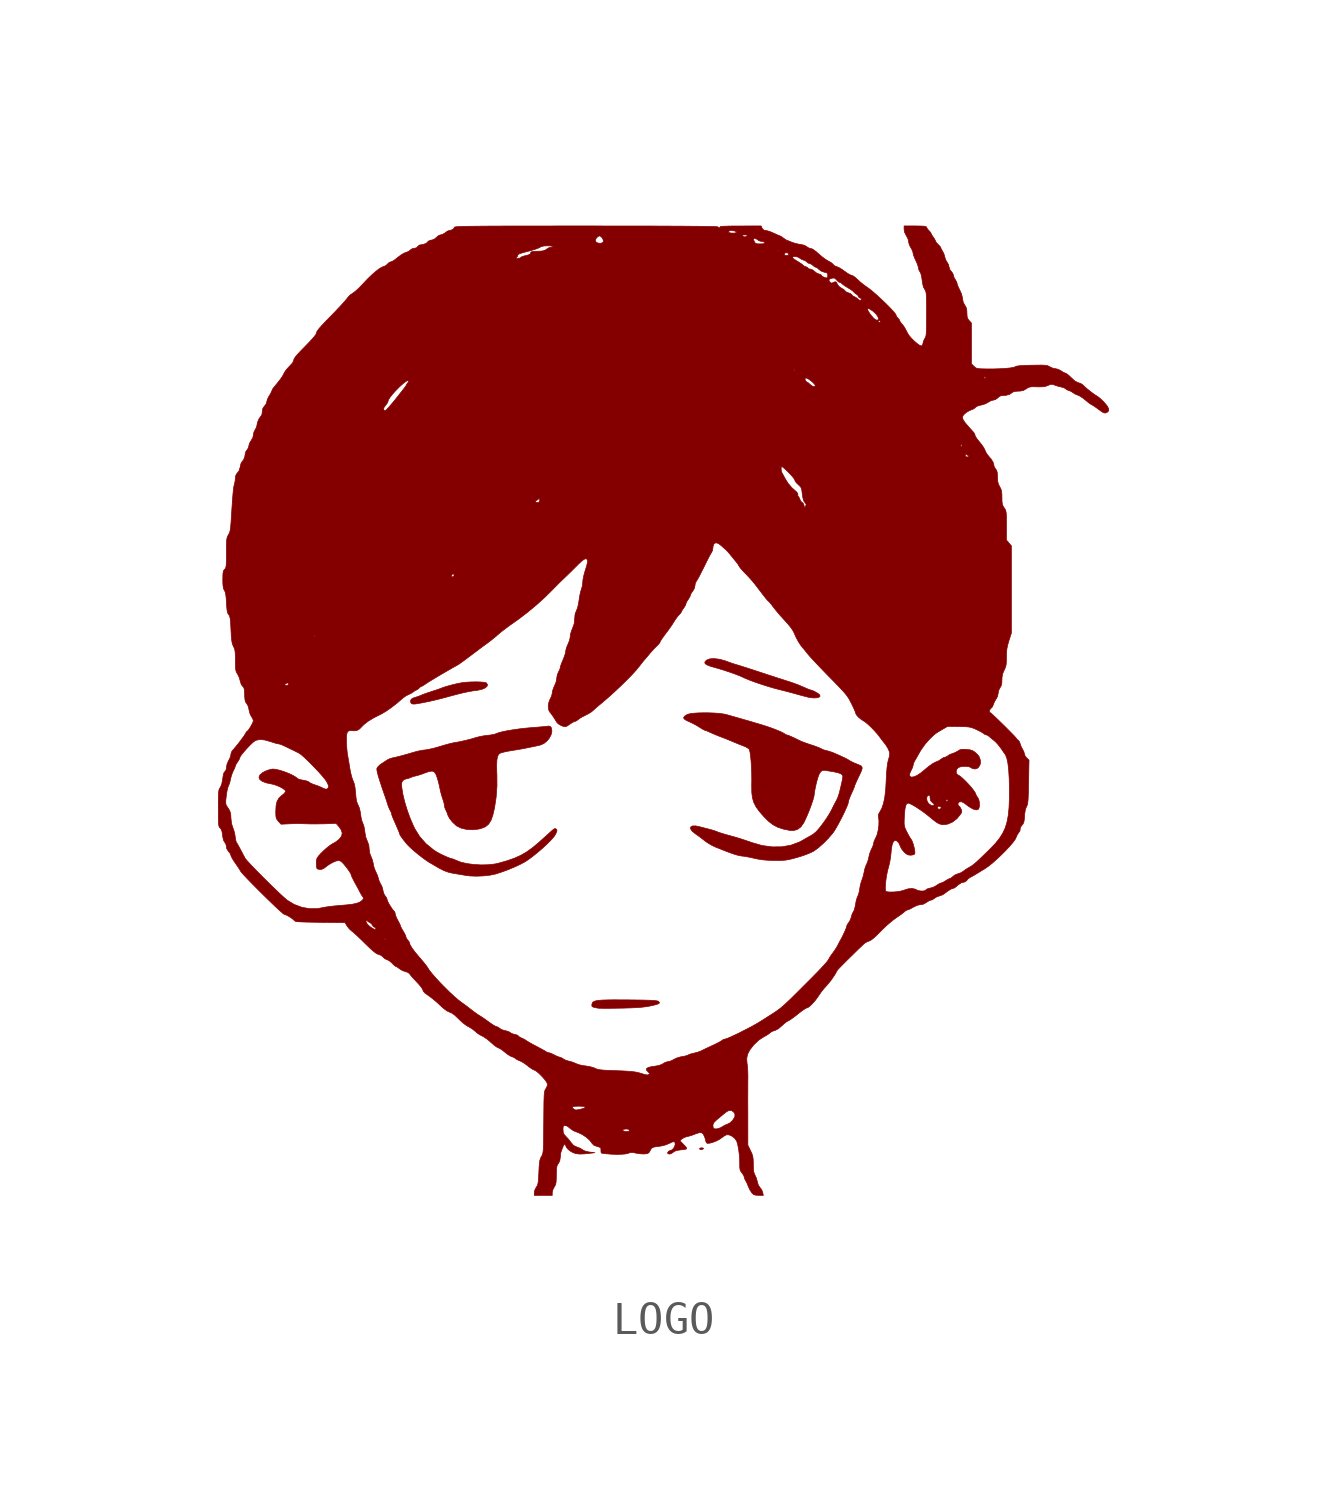
<source format=kicad_sym>
(kicad_symbol_lib
  (version 20231120)
  (generator "kicad_symbol_editor")
  (generator_version "8.0")
  (symbol "LOGO"
    (pin_names
      (offset 1.016))
    (property "Reference" "#G"
      (at 0 14.372 0)
      (effects (font (size 1.27 1.27)) (hide yes)))
    (symbol "LOGO_0_0"
      (polyline (pts (xy 1.809 -13.585) (xy 1.848 -13.562) (xy 1.841 -13.543) (xy 1.794 -13.534) (xy 1.747 -13.541) (xy 1.723 -13.562) (xy 1.733 -13.577) (xy 1.777 -13.589) (xy 1.809 -13.585)) (stroke (width 0.01) (type default)) (fill (type outline)))
      (polyline (pts (xy -1.067 -9.215) (xy -0.895 -9.213) (xy -0.709 -9.21) (xy -0.607 -9.208) (xy -0.382 -9.201) (xy -0.2 -9.192) (xy -0.049 -9.18) (xy 0.078 -9.164) (xy 0.192 -9.144) (xy 0.218 -9.139) (xy 0.351 -9.108) (xy 0.436 -9.082) (xy 0.478 -9.058) (xy 0.482 -9.032) (xy 0.456 -9.001) (xy 0.444 -8.995) (xy 0.409 -8.984) (xy 0.35 -8.976) (xy 0.263 -8.97) (xy 0.141 -8.964) (xy -0.021 -8.96) (xy -0.227 -8.957) (xy -0.484 -8.954) (xy -0.706 -8.953) (xy -0.945 -8.952) (xy -1.137 -8.955) (xy -1.288 -8.96) (xy -1.402 -8.969) (xy -1.485 -8.983) (xy -1.542 -9.002) (xy -1.578 -9.027) (xy -1.598 -9.058) (xy -1.607 -9.096) (xy -1.609 -9.121) (xy -1.604 -9.152) (xy -1.578 -9.173) (xy -1.519 -9.19) (xy -1.417 -9.21) (xy -1.4 -9.212) (xy -1.328 -9.214) (xy -1.214 -9.215) (xy -1.067 -9.215)) (stroke (width 0.01) (type default)) (fill (type outline)))
      (polyline (pts (xy -7.072 0.207) (xy -6.874 0.241) (xy -6.631 0.29) (xy -6.386 0.347) (xy -6.114 0.418) (xy -5.968 0.458) (xy -5.752 0.515) (xy -5.575 0.558) (xy -5.428 0.589) (xy -5.304 0.611) (xy -5.192 0.626) (xy -5.139 0.633) (xy -5.01 0.662) (xy -4.913 0.703) (xy -4.854 0.753) (xy -4.838 0.805) (xy -4.872 0.858) (xy -4.903 0.87) (xy -4.984 0.883) (xy -5.098 0.89) (xy -5.234 0.892) (xy -5.378 0.888) (xy -5.518 0.879) (xy -5.641 0.864) (xy -5.677 0.857) (xy -5.808 0.83) (xy -5.95 0.796) (xy -6.087 0.758) (xy -6.203 0.722) (xy -6.28 0.693) (xy -6.293 0.687) (xy -6.354 0.665) (xy -6.447 0.633) (xy -6.558 0.598) (xy -6.597 0.585) (xy -6.713 0.546) (xy -6.813 0.51) (xy -6.878 0.484) (xy -6.899 0.474) (xy -6.989 0.44) (xy -7.086 0.409) (xy -7.148 0.388) (xy -7.201 0.354) (xy -7.221 0.308) (xy -7.219 0.262) (xy -7.193 0.218) (xy -7.144 0.205) (xy -7.072 0.207)) (stroke (width 0.01) (type default)) (fill (type outline)))
      (polyline (pts (xy 5.355 0.398) (xy 5.424 0.417) (xy 5.457 0.448) (xy 5.444 0.49) (xy 5.431 0.503) (xy 5.373 0.545) (xy 5.295 0.59) (xy 5.221 0.625) (xy 5.169 0.639) (xy 5.164 0.64) (xy 5.117 0.656) (xy 5.037 0.688) (xy 4.939 0.732) (xy 4.927 0.737) (xy 4.795 0.793) (xy 4.643 0.85) (xy 4.502 0.898) (xy 4.462 0.91) (xy 4.345 0.948) (xy 4.192 0.997) (xy 4.014 1.055) (xy 3.821 1.117) (xy 3.627 1.181) (xy 3.513 1.219) (xy 3.334 1.277) (xy 3.172 1.33) (xy 3.035 1.373) (xy 2.934 1.405) (xy 2.876 1.422) (xy 2.868 1.424) (xy 2.781 1.451) (xy 2.669 1.489) (xy 2.551 1.532) (xy 2.494 1.552) (xy 2.327 1.595) (xy 2.173 1.612) (xy 2.044 1.604) (xy 1.952 1.569) (xy 1.93 1.552) (xy 1.89 1.505) (xy 1.895 1.463) (xy 1.946 1.422) (xy 2.048 1.38) (xy 2.202 1.335) (xy 2.297 1.308) (xy 2.472 1.255) (xy 2.654 1.195) (xy 2.826 1.134) (xy 2.974 1.077) (xy 3.083 1.028) (xy 3.123 1.009) (xy 3.264 0.95) (xy 3.441 0.884) (xy 3.638 0.817) (xy 3.844 0.751) (xy 4.044 0.693) (xy 4.224 0.646) (xy 4.279 0.633) (xy 4.407 0.6) (xy 4.553 0.562) (xy 4.697 0.522) (xy 4.787 0.497) (xy 4.913 0.463) (xy 5.018 0.435) (xy 5.086 0.418) (xy 5.14 0.407) (xy 5.257 0.394) (xy 5.355 0.398)) (stroke (width 0.01) (type default)) (fill (type outline)))
      (polyline (pts (xy -4.961 -5.115) (xy -4.757 -5.092) (xy -4.585 -5.056) (xy -4.432 -5.007) (xy -4.229 -4.934) (xy -4.026 -4.85) (xy -3.84 -4.765) (xy -3.689 -4.686) (xy -3.674 -4.677) (xy -3.553 -4.596) (xy -3.416 -4.493) (xy -3.271 -4.375) (xy -3.126 -4.25) (xy -2.992 -4.125) (xy -2.877 -4.01) (xy -2.789 -3.911) (xy -2.738 -3.836) (xy -2.716 -3.791) (xy -2.691 -3.729) (xy -2.69 -3.693) (xy -2.711 -3.667) (xy -2.735 -3.652) (xy -2.773 -3.657) (xy -2.829 -3.7) (xy -2.833 -3.704) (xy -2.887 -3.752) (xy -2.97 -3.827) (xy -3.072 -3.919) (xy -3.182 -4.019) (xy -3.265 -4.093) (xy -3.455 -4.25) (xy -3.634 -4.378) (xy -3.814 -4.481) (xy -4.011 -4.569) (xy -4.235 -4.647) (xy -4.502 -4.723) (xy -4.608 -4.746) (xy -4.813 -4.77) (xy -5.037 -4.775) (xy -5.264 -4.762) (xy -5.48 -4.733) (xy -5.672 -4.688) (xy -5.824 -4.628) (xy -5.827 -4.627) (xy -5.891 -4.598) (xy -5.933 -4.585) (xy -5.944 -4.584) (xy -6.007 -4.565) (xy -6.099 -4.528) (xy -6.206 -4.48) (xy -6.313 -4.428) (xy -6.406 -4.377) (xy -6.515 -4.306) (xy -6.744 -4.118) (xy -6.939 -3.897) (xy -7.09 -3.654) (xy -7.132 -3.567) (xy -7.233 -3.332) (xy -7.324 -3.082) (xy -7.4 -2.832) (xy -7.457 -2.598) (xy -7.49 -2.395) (xy -7.495 -2.346) (xy -7.498 -2.261) (xy -7.487 -2.207) (xy -7.46 -2.166) (xy -7.417 -2.132) (xy -7.359 -2.112) (xy -7.303 -2.102) (xy -7.231 -2.074) (xy -7.229 -2.073) (xy -7.147 -2.041) (xy -7.055 -2.018) (xy -6.991 -2.002) (xy -6.888 -1.969) (xy -6.781 -1.929) (xy -6.769 -1.925) (xy -6.642 -1.881) (xy -6.551 -1.87) (xy -6.486 -1.897) (xy -6.438 -1.965) (xy -6.395 -2.079) (xy -6.367 -2.176) (xy -6.333 -2.307) (xy -6.31 -2.418) (xy -6.299 -2.474) (xy -6.266 -2.604) (xy -6.228 -2.723) (xy -6.205 -2.79) (xy -6.18 -2.882) (xy -6.17 -2.946) (xy -6.162 -2.999) (xy -6.132 -3.072) (xy -6.103 -3.127) (xy -6.075 -3.207) (xy -6.07 -3.225) (xy -6.015 -3.333) (xy -5.924 -3.449) (xy -5.808 -3.557) (xy -5.79 -3.571) (xy -5.658 -3.635) (xy -5.492 -3.675) (xy -5.308 -3.686) (xy -5.12 -3.667) (xy -5.044 -3.65) (xy -4.908 -3.597) (xy -4.806 -3.515) (xy -4.731 -3.396) (xy -4.673 -3.231) (xy -4.621 -3.007) (xy -4.571 -2.677) (xy -4.546 -2.332) (xy -4.548 -1.99) (xy -4.554 -1.842) (xy -4.556 -1.663) (xy -4.548 -1.528) (xy -4.531 -1.431) (xy -4.503 -1.365) (xy -4.464 -1.325) (xy -4.433 -1.311) (xy -4.351 -1.287) (xy -4.238 -1.261) (xy -4.111 -1.239) (xy -4.056 -1.23) (xy -3.92 -1.208) (xy -3.789 -1.185) (xy -3.646 -1.158) (xy -3.478 -1.124) (xy -3.271 -1.081) (xy -3.2 -1.063) (xy -3.095 -1.017) (xy -3.001 -0.942) (xy -2.933 -0.862) (xy -2.87 -0.746) (xy -2.845 -0.632) (xy -2.861 -0.534) (xy -2.865 -0.526) (xy -2.891 -0.488) (xy -2.933 -0.476) (xy -3.009 -0.484) (xy -3.012 -0.484) (xy -3.088 -0.493) (xy -3.203 -0.503) (xy -3.342 -0.515) (xy -3.491 -0.526) (xy -3.665 -0.542) (xy -3.857 -0.564) (xy -4.045 -0.591) (xy -4.22 -0.62) (xy -4.371 -0.65) (xy -4.487 -0.68) (xy -4.558 -0.707) (xy -4.56 -0.708) (xy -4.625 -0.73) (xy -4.724 -0.75) (xy -4.836 -0.764) (xy -4.953 -0.778) (xy -5.087 -0.804) (xy -5.197 -0.832) (xy -5.199 -0.833) (xy -5.357 -0.88) (xy -5.537 -0.925) (xy -5.714 -0.964) (xy -5.864 -0.99) (xy -5.928 -1.002) (xy -6.037 -1.029) (xy -6.17 -1.065) (xy -6.308 -1.107) (xy -6.427 -1.142) (xy -6.565 -1.177) (xy -6.684 -1.203) (xy -6.767 -1.215) (xy -6.844 -1.224) (xy -6.967 -1.247) (xy -7.086 -1.277) (xy -7.312 -1.343) (xy -7.51 -1.398) (xy -7.66 -1.436) (xy -7.764 -1.458) (xy -7.774 -1.46) (xy -7.867 -1.488) (xy -7.945 -1.526) (xy -7.968 -1.542) (xy -8.047 -1.595) (xy -8.133 -1.651) (xy -8.17 -1.678) (xy -8.233 -1.739) (xy -8.265 -1.792) (xy -8.266 -1.807) (xy -8.256 -1.883) (xy -8.224 -2.009) (xy -8.17 -2.184) (xy -8.096 -2.409) (xy -8.001 -2.682) (xy -7.99 -2.713) (xy -7.96 -2.805) (xy -7.929 -2.904) (xy -7.913 -2.952) (xy -7.878 -3.039) (xy -7.848 -3.098) (xy -7.824 -3.139) (xy -7.809 -3.192) (xy -7.807 -3.206) (xy -7.788 -3.268) (xy -7.756 -3.346) (xy -7.732 -3.399) (xy -7.684 -3.508) (xy -7.637 -3.616) (xy -7.597 -3.712) (xy -7.569 -3.783) (xy -7.559 -3.816) (xy -7.551 -3.839) (xy -7.514 -3.899) (xy -7.455 -3.981) (xy -7.382 -4.073) (xy -7.305 -4.163) (xy -7.296 -4.172) (xy -7.211 -4.255) (xy -7.097 -4.355) (xy -6.968 -4.461) (xy -6.837 -4.563) (xy -6.719 -4.648) (xy -6.628 -4.707) (xy -6.626 -4.707) (xy -6.556 -4.747) (xy -6.503 -4.779) (xy -6.336 -4.877) (xy -6.182 -4.954) (xy -6.044 -5.004) (xy -5.91 -5.034) (xy -5.806 -5.051) (xy -5.653 -5.076) (xy -5.516 -5.1) (xy -5.378 -5.117) (xy -5.176 -5.124) (xy -4.961 -5.115)) (stroke (width 0.01) (type default)) (fill (type outline)))
      (polyline (pts (xy 4.26 -4.636) (xy 4.372 -4.629) (xy 4.477 -4.613) (xy 4.593 -4.586) (xy 4.741 -4.546) (xy 4.87 -4.507) (xy 5.018 -4.456) (xy 5.147 -4.404) (xy 5.241 -4.359) (xy 5.278 -4.337) (xy 5.41 -4.24) (xy 5.557 -4.11) (xy 5.705 -3.96) (xy 5.844 -3.8) (xy 5.882 -3.748) (xy 5.946 -3.646) (xy 6.018 -3.519) (xy 6.093 -3.378) (xy 6.167 -3.233) (xy 6.233 -3.094) (xy 6.287 -2.973) (xy 6.323 -2.878) (xy 6.336 -2.821) (xy 6.336 -2.816) (xy 6.345 -2.774) (xy 6.37 -2.705) (xy 6.413 -2.602) (xy 6.479 -2.456) (xy 6.493 -2.424) (xy 6.52 -2.357) (xy 6.531 -2.322) (xy 6.533 -2.312) (xy 6.554 -2.26) (xy 6.591 -2.177) (xy 6.639 -2.075) (xy 6.689 -1.97) (xy 6.737 -1.864) (xy 6.76 -1.792) (xy 6.756 -1.744) (xy 6.725 -1.709) (xy 6.664 -1.679) (xy 6.572 -1.642) (xy 6.491 -1.608) (xy 6.411 -1.569) (xy 6.364 -1.542) (xy 6.32 -1.513) (xy 6.221 -1.462) (xy 6.075 -1.394) (xy 5.883 -1.31) (xy 5.841 -1.293) (xy 5.736 -1.257) (xy 5.647 -1.234) (xy 5.636 -1.232) (xy 5.557 -1.209) (xy 5.502 -1.182) (xy 5.478 -1.169) (xy 5.407 -1.138) (xy 5.305 -1.1) (xy 5.186 -1.06) (xy 5.107 -1.034) (xy 4.989 -0.993) (xy 4.895 -0.958) (xy 4.838 -0.933) (xy 4.767 -0.897) (xy 4.651 -0.841) (xy 4.548 -0.794) (xy 4.469 -0.762) (xy 4.427 -0.75) (xy 4.406 -0.746) (xy 4.358 -0.715) (xy 4.349 -0.708) (xy 4.294 -0.677) (xy 4.205 -0.636) (xy 4.099 -0.593) (xy 4.053 -0.575) (xy 3.977 -0.546) (xy 3.9 -0.518) (xy 3.816 -0.49) (xy 3.72 -0.459) (xy 3.606 -0.424) (xy 3.468 -0.383) (xy 3.3 -0.333) (xy 3.096 -0.275) (xy 2.85 -0.204) (xy 2.557 -0.121) (xy 2.488 -0.105) (xy 2.355 -0.087) (xy 2.195 -0.074) (xy 2.022 -0.067) (xy 1.845 -0.066) (xy 1.677 -0.07) (xy 1.53 -0.081) (xy 1.414 -0.097) (xy 1.343 -0.119) (xy 1.264 -0.169) (xy 1.232 -0.212) (xy 1.249 -0.255) (xy 1.316 -0.301) (xy 1.435 -0.356) (xy 1.5 -0.386) (xy 1.618 -0.448) (xy 1.726 -0.513) (xy 1.799 -0.56) (xy 1.865 -0.597) (xy 1.9 -0.611) (xy 1.923 -0.617) (xy 1.985 -0.641) (xy 2.068 -0.678) (xy 2.133 -0.708) (xy 2.257 -0.76) (xy 2.376 -0.807) (xy 2.455 -0.837) (xy 2.554 -0.875) (xy 2.626 -0.905) (xy 2.666 -0.921) (xy 2.8 -0.978) (xy 2.934 -1.033) (xy 3.05 -1.079) (xy 3.131 -1.111) (xy 3.132 -1.111) (xy 3.206 -1.148) (xy 3.26 -1.191) (xy 3.271 -1.213) (xy 3.29 -1.291) (xy 3.306 -1.41) (xy 3.321 -1.561) (xy 3.332 -1.736) (xy 3.34 -1.925) (xy 3.343 -2.119) (xy 3.341 -2.311) (xy 3.341 -2.326) (xy 3.343 -2.529) (xy 3.363 -2.696) (xy 3.405 -2.841) (xy 3.476 -2.979) (xy 3.58 -3.123) (xy 3.723 -3.286) (xy 3.86 -3.423) (xy 4 -3.531) (xy 4.149 -3.61) (xy 4.323 -3.667) (xy 4.537 -3.71) (xy 4.617 -3.714) (xy 4.749 -3.682) (xy 4.862 -3.6) (xy 4.953 -3.47) (xy 4.986 -3.403) (xy 5.059 -3.242) (xy 5.128 -3.075) (xy 5.188 -2.912) (xy 5.237 -2.766) (xy 5.269 -2.647) (xy 5.28 -2.567) (xy 5.283 -2.538) (xy 5.296 -2.459) (xy 5.318 -2.35) (xy 5.346 -2.226) (xy 5.384 -2.085) (xy 5.43 -1.962) (xy 5.481 -1.884) (xy 5.541 -1.848) (xy 5.614 -1.847) (xy 5.673 -1.858) (xy 5.769 -1.874) (xy 5.878 -1.892) (xy 5.982 -1.914) (xy 6.071 -1.941) (xy 6.123 -1.968) (xy 6.136 -1.98) (xy 6.153 -2.001) (xy 6.161 -2.029) (xy 6.159 -2.073) (xy 6.147 -2.143) (xy 6.124 -2.249) (xy 6.089 -2.4) (xy 6.084 -2.421) (xy 6.05 -2.556) (xy 6.017 -2.66) (xy 5.978 -2.751) (xy 5.926 -2.849) (xy 5.9 -2.897) (xy 5.858 -2.98) (xy 5.811 -3.077) (xy 5.81 -3.079) (xy 5.739 -3.205) (xy 5.645 -3.353) (xy 5.538 -3.503) (xy 5.433 -3.639) (xy 5.34 -3.744) (xy 5.329 -3.754) (xy 5.247 -3.822) (xy 5.164 -3.874) (xy 5.104 -3.906) (xy 5.009 -3.96) (xy 4.908 -4.018) (xy 4.814 -4.068) (xy 4.556 -4.164) (xy 4.274 -4.214) (xy 3.974 -4.217) (xy 3.664 -4.175) (xy 3.349 -4.085) (xy 3.309 -4.071) (xy 3.133 -4.01) (xy 2.976 -3.959) (xy 2.816 -3.911) (xy 2.626 -3.859) (xy 2.518 -3.829) (xy 2.403 -3.794) (xy 2.315 -3.765) (xy 2.267 -3.747) (xy 2.262 -3.744) (xy 2.204 -3.722) (xy 2.111 -3.693) (xy 2.003 -3.664) (xy 1.997 -3.662) (xy 1.878 -3.632) (xy 1.765 -3.603) (xy 1.682 -3.582) (xy 1.598 -3.567) (xy 1.503 -3.57) (xy 1.452 -3.602) (xy 1.448 -3.656) (xy 1.494 -3.727) (xy 1.59 -3.807) (xy 1.663 -3.858) (xy 1.778 -3.943) (xy 1.883 -4.025) (xy 1.959 -4.081) (xy 2.084 -4.157) (xy 2.204 -4.216) (xy 2.336 -4.269) (xy 2.474 -4.324) (xy 2.579 -4.365) (xy 2.664 -4.397) (xy 2.739 -4.423) (xy 2.816 -4.449) (xy 2.89 -4.471) (xy 2.991 -4.494) (xy 3.066 -4.504) (xy 3.094 -4.506) (xy 3.179 -4.52) (xy 3.293 -4.542) (xy 3.418 -4.57) (xy 3.513 -4.591) (xy 3.67 -4.617) (xy 3.84 -4.631) (xy 4.043 -4.637) (xy 4.12 -4.638) (xy 4.26 -4.636)) (stroke (width 0.01) (type default)) (fill (type outline)))
      (polyline (pts (xy -2.835 -14.921) (xy -2.834 -14.912) (xy -2.814 -14.829) (xy -2.772 -14.747) (xy -2.752 -14.717) (xy -2.73 -14.667) (xy -2.717 -14.604) (xy -2.71 -14.512) (xy -2.708 -14.378) (xy -2.707 -14.287) (xy -2.702 -14.183) (xy -2.692 -14.113) (xy -2.674 -14.063) (xy -2.645 -14.02) (xy -2.603 -13.943) (xy -2.584 -13.819) (xy -2.584 -13.795) (xy -2.571 -13.693) (xy -2.546 -13.607) (xy -2.545 -13.606) (xy -2.513 -13.53) (xy -2.491 -13.471) (xy -2.463 -13.428) (xy -2.432 -13.435) (xy -2.406 -13.493) (xy -2.399 -13.511) (xy -2.347 -13.578) (xy -2.259 -13.646) (xy -2.18 -13.688) (xy -2.091 -13.716) (xy -1.984 -13.727) (xy -1.847 -13.722) (xy -1.667 -13.704) (xy -1.514 -13.685) (xy -1.681 -13.664) (xy -1.733 -13.656) (xy -1.837 -13.627) (xy -1.903 -13.591) (xy -1.913 -13.582) (xy -1.984 -13.541) (xy -2.07 -13.509) (xy -2.077 -13.507) (xy -2.174 -13.46) (xy -2.25 -13.374) (xy -2.261 -13.358) (xy -2.333 -13.265) (xy -2.41 -13.183) (xy -2.465 -13.123) (xy -2.494 -13.058) (xy -2.501 -12.967) (xy -2.501 -12.935) (xy -2.495 -12.872) (xy -2.476 -12.845) (xy -2.437 -12.839) (xy -2.422 -12.841) (xy -2.358 -12.87) (xy -2.292 -12.923) (xy -2.276 -12.939) (xy -2.214 -12.98) (xy -0.657 -12.98) (xy -0.623 -12.959) (xy -0.54 -12.95) (xy -0.534 -12.95) (xy -0.466 -12.961) (xy -0.445 -12.992) (xy -0.46 -13.02) (xy -0.521 -13.031) (xy -0.585 -13.025) (xy -0.643 -13.005) (xy -0.657 -12.98) (xy -2.214 -12.98) (xy -2.182 -13.002) (xy -2.071 -13.049) (xy -2.034 -13.061) (xy -1.909 -13.121) (xy -1.785 -13.202) (xy -1.681 -13.293) (xy -1.612 -13.38) (xy -1.6 -13.4) (xy -1.54 -13.457) (xy -1.443 -13.493) (xy -1.402 -13.504) (xy -1.347 -13.525) (xy -1.327 -13.557) (xy -1.327 -13.612) (xy -1.323 -13.676) (xy -1.299 -13.704) (xy -1.296 -13.704) (xy -1.243 -13.71) (xy -1.167 -13.718) (xy -1.138 -13.721) (xy -0.976 -13.733) (xy -0.816 -13.737) (xy -0.671 -13.733) (xy -0.555 -13.722) (xy -0.48 -13.703) (xy -0.473 -13.7) (xy -0.409 -13.68) (xy -0.341 -13.679) (xy -0.244 -13.698) (xy -0.195 -13.708) (xy -0.076 -13.722) (xy 0.028 -13.724) (xy 0.039 -13.723) (xy 0.116 -13.711) (xy 0.161 -13.682) (xy 0.195 -13.625) (xy 0.214 -13.586) (xy 0.246 -13.543) (xy 0.293 -13.517) (xy 0.368 -13.501) (xy 0.484 -13.486) (xy 0.556 -13.475) (xy 0.676 -13.444) (xy 0.775 -13.404) (xy 0.779 -13.402) (xy 0.875 -13.356) (xy 0.935 -13.343) (xy 0.964 -13.362) (xy 0.972 -13.416) (xy 0.966 -13.458) (xy 0.932 -13.534) (xy 0.88 -13.593) (xy 0.826 -13.617) (xy 0.816 -13.618) (xy 0.77 -13.64) (xy 0.74 -13.677) (xy 0.741 -13.71) (xy 0.781 -13.728) (xy 0.848 -13.716) (xy 0.913 -13.671) (xy 0.934 -13.652) (xy 1.01 -13.618) (xy 1.129 -13.599) (xy 1.145 -13.598) (xy 1.255 -13.586) (xy 1.314 -13.572) (xy 1.328 -13.547) (xy 1.302 -13.505) (xy 1.24 -13.439) (xy 1.119 -13.314) (xy 1.178 -13.259) (xy 1.187 -13.252) (xy 1.26 -13.211) (xy 1.348 -13.184) (xy 1.372 -13.18) (xy 1.477 -13.15) (xy 1.579 -13.113) (xy 1.606 -13.101) (xy 1.711 -13.067) (xy 1.784 -13.065) (xy 1.834 -13.1) (xy 1.873 -13.173) (xy 1.883 -13.2) (xy 1.908 -13.274) (xy 1.917 -13.32) (xy 1.92 -13.338) (xy 1.948 -13.386) (xy 1.975 -13.396) (xy 2.045 -13.39) (xy 2.138 -13.364) (xy 2.24 -13.325) (xy 2.336 -13.276) (xy 2.411 -13.224) (xy 2.431 -13.208) (xy 2.505 -13.158) (xy 2.566 -13.129) (xy 2.642 -13.133) (xy 2.731 -13.174) (xy 2.814 -13.239) (xy 2.872 -13.32) (xy 2.879 -13.336) (xy 2.908 -13.437) (xy 2.934 -13.574) (xy 2.955 -13.731) (xy 2.968 -13.891) (xy 2.97 -14.04) (xy 2.97 -14.124) (xy 2.978 -14.201) (xy 2.999 -14.258) (xy 3.039 -14.313) (xy 3.053 -14.33) (xy 3.095 -14.396) (xy 3.112 -14.447) (xy 3.121 -14.489) (xy 3.153 -14.552) (xy 3.161 -14.564) (xy 3.198 -14.636) (xy 3.232 -14.722) (xy 3.238 -14.738) (xy 3.284 -14.835) (xy 3.338 -14.919) (xy 3.357 -14.942) (xy 3.402 -14.982) (xy 3.461 -15) (xy 3.552 -15.005) (xy 3.7 -15.007) (xy 3.682 -14.916) (xy 3.652 -14.838) (xy 3.6 -14.767) (xy 3.599 -14.767) (xy 3.547 -14.691) (xy 3.516 -14.587) (xy 3.511 -14.565) (xy 3.482 -14.463) (xy 3.443 -14.378) (xy 3.424 -14.342) (xy 3.404 -14.274) (xy 3.393 -14.179) (xy 3.39 -14.044) (xy 3.39 -14.002) (xy 3.386 -13.886) (xy 3.374 -13.798) (xy 3.349 -13.718) (xy 3.306 -13.625) (xy 3.222 -13.452) (xy 3.221 -12.527) (xy 3.221 -12.412) (xy 3.22 -12.178) (xy 3.22 -11.954) (xy 3.221 -11.749) (xy 3.221 -11.572) (xy 3.222 -11.432) (xy 3.223 -11.338) (xy 3.223 -11.29) (xy 3.219 -11.153) (xy 3.211 -11.027) (xy 3.199 -10.933) (xy 3.196 -10.919) (xy 3.186 -10.773) (xy 3.212 -10.639) (xy 3.281 -10.505) (xy 3.395 -10.358) (xy 3.42 -10.331) (xy 3.565 -10.195) (xy 3.708 -10.102) (xy 3.779 -10.063) (xy 3.859 -10.012) (xy 3.908 -9.973) (xy 3.908 -9.973) (xy 3.968 -9.932) (xy 4.046 -9.905) (xy 4.074 -9.897) (xy 4.168 -9.845) (xy 4.274 -9.755) (xy 4.346 -9.689) (xy 4.42 -9.632) (xy 4.473 -9.602) (xy 4.505 -9.586) (xy 4.576 -9.539) (xy 4.669 -9.471) (xy 4.772 -9.39) (xy 4.85 -9.328) (xy 4.943 -9.261) (xy 5.016 -9.215) (xy 5.058 -9.198) (xy 5.078 -9.193) (xy 5.136 -9.152) (xy 5.21 -9.081) (xy 5.292 -8.99) (xy 5.37 -8.889) (xy 5.437 -8.79) (xy 5.438 -8.788) (xy 5.494 -8.707) (xy 5.572 -8.609) (xy 5.657 -8.515) (xy 5.678 -8.492) (xy 5.796 -8.348) (xy 5.908 -8.185) (xy 5.996 -8.03) (xy 6.005 -8.02) (xy 6.047 -7.974) (xy 6.118 -7.902) (xy 6.21 -7.809) (xy 6.316 -7.703) (xy 6.429 -7.592) (xy 6.541 -7.482) (xy 6.646 -7.38) (xy 6.735 -7.295) (xy 6.802 -7.232) (xy 6.838 -7.2) (xy 6.908 -7.158) (xy 6.991 -7.125) (xy 7.024 -7.11) (xy 7.102 -7.053) (xy 7.206 -6.959) (xy 7.332 -6.832) (xy 7.395 -6.768) (xy 7.543 -6.629) (xy 7.691 -6.504) (xy 7.822 -6.407) (xy 7.881 -6.367) (xy 7.976 -6.3) (xy 8.048 -6.245) (xy 8.086 -6.212) (xy 8.112 -6.189) (xy 8.164 -6.169) (xy 8.192 -6.162) (xy 8.26 -6.132) (xy 8.341 -6.086) (xy 8.354 -6.079) (xy 8.473 -6.023) (xy 8.577 -6.003) (xy 8.649 -5.993) (xy 8.759 -5.933) (xy 8.771 -5.923) (xy 8.839 -5.881) (xy 8.894 -5.864) (xy 8.938 -5.852) (xy 8.996 -5.811) (xy 8.998 -5.809) (xy 9.062 -5.768) (xy 9.143 -5.739) (xy 9.146 -5.738) (xy 9.229 -5.71) (xy 9.296 -5.673) (xy 9.336 -5.641) (xy 9.435 -5.569) (xy 9.518 -5.52) (xy 9.572 -5.502) (xy 9.611 -5.491) (xy 9.666 -5.452) (xy 9.727 -5.397) (xy 9.827 -5.331) (xy 9.912 -5.308) (xy 9.956 -5.296) (xy 10.005 -5.251) (xy 10.034 -5.213) (xy 10.096 -5.166) (xy 10.108 -5.161) (xy 10.178 -5.123) (xy 10.258 -5.077) (xy 10.27 -5.069) (xy 10.35 -5.021) (xy 10.454 -4.957) (xy 10.563 -4.891) (xy 10.57 -4.886) (xy 10.676 -4.812) (xy 10.8 -4.712) (xy 10.934 -4.593) (xy 11.071 -4.464) (xy 11.202 -4.332) (xy 11.322 -4.204) (xy 11.421 -4.089) (xy 11.492 -3.994) (xy 11.527 -3.926) (xy 11.533 -3.908) (xy 11.571 -3.826) (xy 11.613 -3.768) (xy 11.643 -3.728) (xy 11.652 -3.668) (xy 11.659 -3.615) (xy 11.707 -3.547) (xy 11.741 -3.507) (xy 11.765 -3.454) (xy 11.779 -3.377) (xy 11.788 -3.26) (xy 11.792 -3.205) (xy 11.814 -3.059) (xy 11.851 -2.966) (xy 11.857 -2.957) (xy 11.871 -2.924) (xy 11.883 -2.878) (xy 11.892 -2.813) (xy 11.899 -2.721) (xy 11.904 -2.594) (xy 11.909 -2.426) (xy 11.913 -2.21) (xy 11.926 -1.53) (xy 11.854 -1.463) (xy 11.85 -1.459) (xy 11.803 -1.396) (xy 11.783 -1.335) (xy 11.783 -1.333) (xy 11.766 -1.267) (xy 11.727 -1.195) (xy 11.684 -1.116) (xy 11.654 -1.028) (xy 11.627 -0.957) (xy 11.585 -0.908) (xy 11.553 -0.885) (xy 11.533 -0.856) (xy 11.52 -0.838) (xy 11.474 -0.787) (xy 11.4 -0.71) (xy 11.307 -0.616) (xy 11.202 -0.51) (xy 11.091 -0.401) (xy 10.983 -0.296) (xy 10.885 -0.202) (xy 10.803 -0.125) (xy 10.746 -0.074) (xy 10.72 -0.056) (xy 10.704 -0.048) (xy 10.699 -0.012) (xy 10.717 0.037) (xy 10.752 0.075) (xy 10.793 0.119) (xy 10.823 0.19) (xy 10.826 0.2) (xy 10.859 0.281) (xy 10.908 0.362) (xy 10.952 0.441) (xy 10.972 0.543) (xy 10.981 0.614) (xy 11.028 0.709) (xy 11.063 0.766) (xy 11.083 0.844) (xy 11.088 0.956) (xy 11.09 1.024) (xy 11.11 1.144) (xy 11.158 1.256) (xy 11.175 1.289) (xy 11.202 1.356) (xy 11.218 1.429) (xy 11.225 1.524) (xy 11.227 1.658) (xy 11.229 1.764) (xy 11.239 1.9) (xy 11.263 2.025) (xy 11.304 2.166) (xy 11.38 2.404) (xy 11.38 3.753) (xy 11.38 5.103) (xy 11.303 5.194) (xy 11.227 5.284) (xy 11.227 5.735) (xy 11.227 5.865) (xy 11.226 5.999) (xy 11.222 6.093) (xy 11.214 6.159) (xy 11.202 6.206) (xy 11.184 6.243) (xy 11.158 6.28) (xy 11.154 6.285) (xy 11.12 6.341) (xy 11.1 6.4) (xy 11.09 6.48) (xy 11.088 6.598) (xy 11.086 6.706) (xy 11.076 6.796) (xy 11.056 6.866) (xy 11.019 6.934) (xy 11.012 6.946) (xy 10.975 7.025) (xy 10.956 7.113) (xy 10.95 7.234) (xy 10.95 7.268) (xy 10.943 7.369) (xy 10.926 7.434) (xy 10.894 7.482) (xy 10.856 7.536) (xy 10.838 7.594) (xy 10.838 7.608) (xy 10.815 7.689) (xy 10.755 7.787) (xy 10.653 7.907) (xy 10.653 7.908) (xy 10.601 7.982) (xy 10.562 8.069) (xy 10.561 8.07) (xy 10.526 8.14) (xy 10.465 8.23) (xy 10.392 8.322) (xy 10.383 8.333) (xy 10.318 8.414) (xy 10.272 8.482) (xy 10.255 8.524) (xy 10.248 8.556) (xy 10.215 8.613) (xy 10.214 8.613) (xy 10.168 8.665) (xy 10.111 8.728) (xy 10.047 8.799) (xy 9.951 8.912) (xy 9.892 8.997) (xy 9.867 9.062) (xy 9.873 9.116) (xy 9.908 9.166) (xy 9.97 9.22) (xy 9.998 9.241) (xy 10.083 9.291) (xy 10.156 9.321) (xy 10.221 9.348) (xy 10.273 9.392) (xy 10.282 9.401) (xy 10.345 9.437) (xy 10.441 9.462) (xy 10.475 9.468) (xy 10.579 9.502) (xy 10.662 9.548) (xy 10.676 9.558) (xy 10.754 9.599) (xy 10.824 9.615) (xy 10.891 9.634) (xy 10.964 9.688) (xy 10.991 9.714) (xy 11.056 9.751) (xy 11.148 9.759) (xy 11.188 9.76) (xy 11.316 9.787) (xy 11.416 9.856) (xy 11.433 9.867) (xy 11.502 9.886) (xy 11.599 9.893) (xy 11.662 9.896) (xy 11.756 9.916) (xy 11.84 9.964) (xy 11.867 9.983) (xy 11.917 10.01) (xy 11.973 10.024) (xy 12.053 10.029) (xy 12.172 10.026) (xy 12.24 10.025) (xy 12.356 10.028) (xy 12.442 10.042) (xy 12.516 10.07) (xy 12.533 10.078) (xy 12.601 10.104) (xy 12.654 10.103) (xy 12.724 10.079) (xy 12.729 10.076) (xy 12.829 10.043) (xy 12.927 10.019) (xy 12.938 10.017) (xy 13.012 9.995) (xy 13.06 9.965) (xy 13.099 9.935) (xy 13.167 9.908) (xy 13.226 9.885) (xy 13.297 9.839) (xy 13.353 9.802) (xy 13.433 9.77) (xy 13.435 9.77) (xy 13.497 9.742) (xy 13.581 9.687) (xy 13.67 9.618) (xy 13.676 9.612) (xy 13.758 9.545) (xy 13.828 9.494) (xy 13.871 9.469) (xy 13.874 9.467) (xy 13.922 9.44) (xy 13.997 9.389) (xy 14.084 9.325) (xy 14.091 9.32) (xy 14.178 9.257) (xy 14.237 9.224) (xy 14.281 9.215) (xy 14.323 9.225) (xy 14.339 9.232) (xy 14.39 9.279) (xy 14.392 9.346) (xy 14.345 9.437) (xy 14.249 9.551) (xy 14.245 9.555) (xy 14.161 9.637) (xy 14.081 9.705) (xy 14.02 9.747) (xy 14.008 9.753) (xy 13.934 9.802) (xy 13.839 9.872) (xy 13.739 9.952) (xy 13.651 10.029) (xy 13.589 10.089) (xy 13.533 10.127) (xy 13.456 10.153) (xy 13.438 10.158) (xy 13.343 10.209) (xy 13.231 10.31) (xy 13.23 10.311) (xy 13.158 10.38) (xy 13.095 10.43) (xy 13.057 10.449) (xy 13.046 10.451) (xy 12.991 10.475) (xy 12.922 10.518) (xy 12.905 10.53) (xy 12.822 10.571) (xy 12.746 10.588) (xy 12.736 10.588) (xy 12.654 10.607) (xy 12.57 10.646) (xy 12.547 10.66) (xy 12.509 10.677) (xy 12.462 10.689) (xy 12.398 10.696) (xy 12.306 10.699) (xy 12.178 10.698) (xy 12.003 10.695) (xy 11.958 10.694) (xy 11.774 10.688) (xy 11.636 10.679) (xy 11.547 10.668) (xy 11.511 10.655) (xy 11.502 10.647) (xy 11.444 10.628) (xy 11.342 10.611) (xy 11.204 10.597) (xy 11.039 10.587) (xy 10.855 10.581) (xy 10.661 10.58) (xy 10.649 10.58) (xy 10.505 10.582) (xy 10.406 10.586) (xy 10.338 10.594) (xy 10.293 10.607) (xy 10.258 10.629) (xy 10.223 10.661) (xy 10.143 10.737) (xy 10.143 11.37) (xy 10.143 12.002) (xy 10.074 12.077) (xy 10.069 12.083) (xy 10.029 12.14) (xy 10.009 12.208) (xy 10.004 12.31) (xy 10 12.401) (xy 9.979 12.485) (xy 9.935 12.561) (xy 9.893 12.634) (xy 9.865 12.761) (xy 9.864 12.79) (xy 9.837 12.9) (xy 9.782 13.024) (xy 9.744 13.101) (xy 9.711 13.179) (xy 9.699 13.228) (xy 9.682 13.283) (xy 9.643 13.347) (xy 9.604 13.413) (xy 9.588 13.477) (xy 9.588 13.479) (xy 9.566 13.539) (xy 9.518 13.601) (xy 9.473 13.658) (xy 9.449 13.743) (xy 9.434 13.811) (xy 9.392 13.882) (xy 9.386 13.89) (xy 9.344 13.963) (xy 9.318 14.051) (xy 9.316 14.062) (xy 9.289 14.152) (xy 9.25 14.225) (xy 9.214 14.28) (xy 9.198 14.325) (xy 9.197 14.333) (xy 9.168 14.377) (xy 9.115 14.432) (xy 9.099 14.448) (xy 9.051 14.501) (xy 9.032 14.539) (xy 9.03 14.547) (xy 9.006 14.597) (xy 8.962 14.662) (xy 8.947 14.682) (xy 8.908 14.742) (xy 8.893 14.777) (xy 8.893 14.78) (xy 8.87 14.817) (xy 8.823 14.868) (xy 8.818 14.872) (xy 8.773 14.927) (xy 8.754 14.97) (xy 8.75 14.979) (xy 8.722 14.992) (xy 8.66 15.001) (xy 8.557 15.005) (xy 8.406 15.007) (xy 8.059 15.007) (xy 8.059 14.901) (xy 8.069 14.822) (xy 8.129 14.701) (xy 8.139 14.686) (xy 8.181 14.601) (xy 8.198 14.521) (xy 8.2 14.501) (xy 8.223 14.418) (xy 8.268 14.334) (xy 8.283 14.309) (xy 8.322 14.23) (xy 8.337 14.167) (xy 8.347 14.117) (xy 8.377 14.032) (xy 8.42 13.937) (xy 8.46 13.85) (xy 8.491 13.762) (xy 8.504 13.703) (xy 8.514 13.651) (xy 8.551 13.583) (xy 8.569 13.555) (xy 8.598 13.462) (xy 8.618 13.324) (xy 8.629 13.234) (xy 8.656 13.12) (xy 8.696 13.044) (xy 8.699 13.04) (xy 8.716 13.015) (xy 8.729 12.984) (xy 8.739 12.941) (xy 8.746 12.878) (xy 8.75 12.788) (xy 8.752 12.664) (xy 8.754 12.499) (xy 8.754 12.286) (xy 8.753 12.086) (xy 8.752 11.917) (xy 8.75 11.79) (xy 8.745 11.696) (xy 8.739 11.63) (xy 8.729 11.583) (xy 8.716 11.548) (xy 8.698 11.519) (xy 8.695 11.514) (xy 8.658 11.439) (xy 8.643 11.372) (xy 8.634 11.33) (xy 8.602 11.293) (xy 8.585 11.293) (xy 8.528 11.319) (xy 8.452 11.374) (xy 8.367 11.448) (xy 8.285 11.531) (xy 8.215 11.612) (xy 8.169 11.684) (xy 8.141 11.739) (xy 8.084 11.846) (xy 8.033 11.924) (xy 7.98 11.987) (xy 7.938 12.04) (xy 7.92 12.079) (xy 7.906 12.111) (xy 7.865 12.158) (xy 7.828 12.201) (xy 7.809 12.248) (xy 7.798 12.274) (xy 7.751 12.334) (xy 7.675 12.418) (xy 7.577 12.52) (xy 7.464 12.632) (xy 7.344 12.746) (xy 7.224 12.857) (xy 7.11 12.957) (xy 7.011 13.039) (xy 6.934 13.096) (xy 6.926 13.101) (xy 6.813 13.181) (xy 6.702 13.271) (xy 6.615 13.351) (xy 6.551 13.409) (xy 6.483 13.459) (xy 6.434 13.478) (xy 6.432 13.478) (xy 6.381 13.497) (xy 6.304 13.542) (xy 6.218 13.604) (xy 6.216 13.605) (xy 6.124 13.67) (xy 6.037 13.721) (xy 5.973 13.747) (xy 5.908 13.772) (xy 5.862 13.814) (xy 5.851 13.83) (xy 5.795 13.875) (xy 5.717 13.918) (xy 5.698 13.928) (xy 5.614 13.981) (xy 5.514 14.056) (xy 5.415 14.141) (xy 5.32 14.224) (xy 5.226 14.29) (xy 5.162 14.312) (xy 5.11 14.323) (xy 5.047 14.364) (xy 5.037 14.374) (xy 4.96 14.412) (xy 4.841 14.437) (xy 4.782 14.446) (xy 4.664 14.475) (xy 4.566 14.509) (xy 4.531 14.525) (xy 4.466 14.551) (xy 4.432 14.562) (xy 4.426 14.564) (xy 4.385 14.588) (xy 4.324 14.631) (xy 4.303 14.647) (xy 4.246 14.685) (xy 4.215 14.701) (xy 4.214 14.701) (xy 4.179 14.713) (xy 4.11 14.743) (xy 4.02 14.784) (xy 3.924 14.825) (xy 3.832 14.856) (xy 3.769 14.868) (xy 3.711 14.88) (xy 3.663 14.937) (xy 3.632 15.007) (xy 2.976 15.006) (xy 2.965 15.006) (xy 2.736 15.005) (xy 2.561 15.001) (xy 2.44 14.996) (xy 2.373 14.988) (xy 2.362 14.979) (xy 2.372 14.972) (xy 2.381 14.956) (xy 2.34 14.951) (xy 2.302 14.958) (xy 2.293 14.979) (xy 2.292 14.98) (xy 2.257 14.984) (xy 2.167 14.988) (xy 2.02 14.991) (xy 1.819 14.995) (xy 1.562 14.997) (xy 1.25 15) (xy 0.883 15.002) (xy 0.461 15.004) (xy -0.016 15.005) (xy -0.548 15.006) (xy -1.135 15.006) (xy -1.777 15.007) (xy -1.869 15.007) (xy -2.424 15.007) (xy -2.925 15.006) (xy -3.376 15.006) (xy -3.78 15.005) (xy -4.138 15.005) (xy -4.455 15.004) (xy -4.731 15.003) (xy -4.97 15.001) (xy -5.174 14.999) (xy -5.346 14.997) (xy -5.488 14.995) (xy -5.603 14.992) (xy -5.693 14.989) (xy -5.761 14.985) (xy -5.81 14.981) (xy -5.841 14.976) (xy -5.859 14.971) (xy -5.864 14.966) (xy -5.888 14.92) (xy -5.946 14.883) (xy -6.018 14.868) (xy -6.026 14.867) (xy -6.081 14.844) (xy -6.102 14.829) (xy 2.623 14.829) (xy 2.652 14.857) (xy 2.685 14.863) (xy 2.749 14.862) (xy 2.815 14.85) (xy 2.864 14.831) (xy 2.875 14.811) (xy 2.862 14.8) (xy 2.806 14.787) (xy 2.732 14.785) (xy 2.664 14.794) (xy 2.626 14.812) (xy 2.623 14.829) (xy -6.102 14.829) (xy -6.147 14.798) (xy -6.158 14.789) (xy -6.231 14.746) (xy -6.295 14.729) (xy -6.329 14.718) (xy 3.041 14.718) (xy 3.059 14.727) (xy 3.126 14.729) (xy 3.148 14.729) (xy 3.204 14.726) (xy 3.221 14.721) (xy 3.209 14.712) (xy 3.168 14.681) (xy 3.126 14.665) (xy 3.072 14.689) (xy 3.063 14.696) (xy 3.041 14.718) (xy -6.329 14.718) (xy -6.354 14.71) (xy -6.413 14.66) (xy -6.468 14.61) (xy -6.534 14.579) (xy -6.603 14.563) (xy -6.619 14.557) (xy -1.501 14.557) (xy -1.5 14.568) (xy -1.472 14.627) (xy -1.422 14.678) (xy -1.371 14.701) (xy -1.357 14.698) (xy -1.309 14.664) (xy -1.269 14.605) (xy 3.39 14.605) (xy 3.399 14.616) (xy 3.438 14.618) (xy 3.49 14.603) (xy 3.529 14.576) (xy 3.554 14.554) (xy 3.614 14.534) (xy 3.667 14.529) (xy 3.727 14.507) (xy 3.752 14.476) (xy 3.74 14.466) (xy 3.686 14.455) (xy 3.603 14.451) (xy 3.554 14.451) (xy 3.486 14.459) (xy 3.448 14.48) (xy 3.423 14.521) (xy 3.401 14.573) (xy 3.39 14.605) (xy -1.269 14.605) (xy -1.268 14.604) (xy -1.25 14.542) (xy -1.261 14.503) (xy -1.316 14.473) (xy -1.331 14.47) (xy -1.414 14.475) (xy -1.476 14.506) (xy -1.501 14.557) (xy -6.619 14.557) (xy -6.672 14.536) (xy -6.697 14.508) (xy -6.714 14.486) (xy -6.767 14.456) (xy -6.838 14.433) (xy -6.906 14.423) (xy -6.952 14.413) (xy -7.003 14.367) (xy -7.035 14.332) (xy -7.114 14.312) (xy -7.173 14.301) (xy -7.231 14.26) (xy -7.233 14.256) (xy -7.288 14.216) (xy -7.364 14.187) (xy -7.43 14.162) (xy -7.522 14.105) (xy -7.619 14.031) (xy -7.628 14.023) (xy -7.635 14.018) (xy -3.963 14.018) (xy -3.933 14.044) (xy -3.905 14.073) (xy -3.9 14.11) (xy -3.894 14.122) (xy -3.842 14.147) (xy -3.745 14.179) (xy -3.605 14.216) (xy -3.494 14.245) (xy -3.372 14.282) (xy -3.276 14.316) (xy -3.22 14.343) (xy -3.169 14.37) (xy -3.085 14.388) (xy -2.963 14.392) (xy -2.951 14.392) (xy -2.86 14.386) (xy -2.799 14.377) (xy -2.776 14.366) (xy -2.795 14.357) (xy -2.863 14.351) (xy -2.937 14.333) (xy -3.011 14.288) (xy -3.043 14.263) (xy -3.091 14.242) (xy 4.141 14.242) (xy 4.155 14.256) (xy 4.168 14.242) (xy 4.155 14.228) (xy 4.141 14.242) (xy -3.091 14.242) (xy -3.095 14.241) (xy -3.171 14.229) (xy -3.288 14.224) (xy -3.301 14.224) (xy -3.405 14.22) (xy -3.466 14.211) (xy -3.494 14.196) (xy -3.502 14.171) (xy -3.514 14.14) (xy -3.545 14.123) (xy 4.349 14.123) (xy 4.366 14.163) (xy 4.401 14.179) (xy 4.448 14.173) (xy 4.484 14.149) (xy 4.487 14.116) (xy 4.457 14.096) (xy 4.4 14.091) (xy 4.354 14.108) (xy 4.349 14.123) (xy -3.545 14.123) (xy -3.562 14.114) (xy -3.654 14.089) (xy -3.718 14.074) (xy -3.782 14.051) (xy -3.802 14.036) (xy 4.601 14.036) (xy 4.629 14.056) (xy 4.694 14.061) (xy 4.77 14.043) (xy 4.835 14.006) (xy 4.893 13.968) (xy 4.947 13.95) (xy 4.989 13.937) (xy 5.044 13.895) (xy 5.088 13.859) (xy 5.141 13.839) (xy 5.184 13.826) (xy 5.238 13.784) (xy 5.281 13.747) (xy 5.326 13.728) (xy 5.327 13.728) (xy 5.371 13.708) (xy 5.423 13.661) (xy 5.494 13.608) (xy 5.589 13.575) (xy 5.592 13.574) (xy 5.661 13.557) (xy 5.691 13.53) (xy 5.697 13.476) (xy 5.688 13.419) (xy 5.662 13.396) (xy 5.645 13.398) (xy 5.581 13.417) (xy 5.526 13.446) (xy 5.502 13.475) (xy 5.479 13.499) (xy 5.423 13.519) (xy 5.349 13.55) (xy 5.279 13.605) (xy 5.278 13.606) (xy 5.214 13.653) (xy 5.15 13.673) (xy 5.109 13.679) (xy 5.086 13.7) (xy 5.068 13.722) (xy 5.016 13.745) (xy 4.966 13.764) (xy 4.925 13.796) (xy 4.896 13.823) (xy 4.83 13.868) (xy 4.745 13.92) (xy 4.667 13.969) (xy 4.615 14.011) (xy 4.601 14.036) (xy -3.802 14.036) (xy -3.807 14.032) (xy -3.807 14.03) (xy -3.835 14.013) (xy -3.896 14.006) (xy -3.95 14.008) (xy -3.963 14.018) (xy -7.635 14.018) (xy -7.712 13.958) (xy -7.786 13.912) (xy -7.834 13.895) (xy -7.884 13.877) (xy -7.935 13.828) (xy -7.987 13.779) (xy -8.073 13.744) (xy -8.097 13.736) (xy -8.178 13.691) (xy -8.283 13.612) (xy -8.405 13.507) (xy -8.536 13.382) (xy -8.584 13.332) (xy 5.729 13.332) (xy 5.748 13.361) (xy 5.815 13.385) (xy 5.873 13.397) (xy 5.92 13.384) (xy 5.97 13.333) (xy 5.978 13.324) (xy 6.031 13.275) (xy 6.071 13.256) (xy 6.095 13.25) (xy 6.14 13.216) (xy 6.17 13.19) (xy 6.237 13.143) (xy 6.322 13.091) (xy 6.389 13.051) (xy 6.464 12.998) (xy 6.508 12.956) (xy 6.537 12.924) (xy 6.593 12.887) (xy 6.619 12.871) (xy 6.642 12.829) (xy 6.654 12.803) (xy 6.7 12.775) (xy 6.733 12.758) (xy 6.74 12.73) (xy 6.723 12.71) (xy 6.678 12.706) (xy 6.617 12.753) (xy 6.571 12.79) (xy 6.508 12.823) (xy 6.474 12.84) (xy 6.438 12.879) (xy 6.438 12.88) (xy 6.401 12.912) (xy 6.336 12.936) (xy 6.334 12.937) (xy 6.269 12.962) (xy 6.234 12.995) (xy 6.23 13.002) (xy 6.188 13.041) (xy 6.12 13.081) (xy 6.043 13.134) (xy 5.992 13.206) (xy 5.991 13.209) (xy 5.961 13.267) (xy 5.922 13.28) (xy 5.857 13.252) (xy 5.849 13.248) (xy 5.8 13.237) (xy 5.762 13.271) (xy 5.751 13.286) (xy 5.729 13.332) (xy -8.584 13.332) (xy -8.668 13.243) (xy -8.683 13.227) (xy -8.826 13.079) (xy -8.945 12.971) (xy -9.037 12.907) (xy -9.097 12.865) (xy -9.154 12.804) (xy -9.19 12.757) (xy -9.276 12.655) (xy -9.399 12.52) (xy -9.484 12.43) (xy 6.926 12.43) (xy 6.943 12.451) (xy 6.996 12.434) (xy 7.085 12.376) (xy 7.1 12.365) (xy 7.18 12.29) (xy 7.239 12.214) (xy 7.268 12.148) (xy 7.26 12.105) (xy 7.246 12.094) (xy 7.193 12.094) (xy 7.123 12.143) (xy 7.035 12.243) (xy 7.006 12.281) (xy 6.947 12.372) (xy 6.926 12.43) (xy -9.484 12.43) (xy -9.555 12.355) (xy -9.741 12.163) (xy -9.84 12.062) (xy 7.257 12.062) (xy 7.274 12.085) (xy 7.312 12.069) (xy 7.325 12.051) (xy 7.313 12.022) (xy 7.301 12.017) (xy 7.266 12.034) (xy 7.257 12.062) (xy -9.84 12.062) (xy -9.86 12.041) (xy -9.974 11.921) (xy -10.054 11.829) (xy -10.107 11.759) (xy -10.135 11.707) (xy -10.143 11.668) (xy -10.157 11.641) (xy -10.205 11.579) (xy -10.281 11.492) (xy -10.378 11.387) (xy -10.491 11.271) (xy -10.617 11.143) (xy -10.72 11.033) (xy -10.788 10.951) (xy -10.826 10.893) (xy -10.838 10.854) (xy -10.84 10.838) (xy -10.878 10.762) (xy -10.967 10.666) (xy -11.024 10.607) (xy -11.073 10.546) (xy 4.641 10.546) (xy 4.655 10.56) (xy 4.669 10.546) (xy 4.655 10.532) (xy 4.641 10.546) (xy -11.073 10.546) (xy -11.093 10.522) (xy -11.137 10.449) (xy -11.138 10.446) (xy -11.141 10.44) (xy 4.734 10.44) (xy 4.738 10.443) (xy 4.771 10.44) (xy 4.775 10.431) (xy 4.752 10.421) (xy 4.737 10.423) (xy 4.734 10.44) (xy -11.141 10.44) (xy -11.184 10.357) (xy -11.216 10.31) (xy 10.532 10.31) (xy 10.533 10.317) (xy 10.56 10.338) (xy 10.567 10.337) (xy 10.588 10.31) (xy 10.587 10.303) (xy 10.56 10.282) (xy 10.553 10.283) (xy 10.532 10.31) (xy -11.216 10.31) (xy -11.237 10.279) (xy -11.24 10.275) (xy 4.987 10.275) (xy 5.014 10.299) (xy 5.035 10.298) (xy 5.093 10.271) (xy 5.164 10.222) (xy 5.234 10.164) (xy 5.287 10.109) (xy 5.308 10.068) (xy 5.3 10.044) (xy 5.263 10.034) (xy 5.206 10.054) (xy 5.145 10.102) (xy 5.14 10.108) (xy 5.09 10.153) (xy 5.056 10.171) (xy 5.035 10.183) (xy 5.002 10.227) (xy 5.001 10.229) (xy 4.987 10.275) (xy -11.24 10.275) (xy -11.243 10.272) (xy -11.303 10.196) (xy -11.366 10.116) (xy -11.379 10.1) (xy -11.43 10.036) (xy -11.467 9.993) (xy -11.489 9.961) (xy -11.518 9.896) (xy -11.523 9.883) (xy -11.557 9.812) (xy -11.605 9.734) (xy -11.618 9.713) (xy -11.656 9.633) (xy -11.672 9.566) (xy -11.672 9.565) (xy -11.693 9.497) (xy -11.741 9.432) (xy -11.746 9.427) (xy -11.796 9.355) (xy -11.801 9.325) (xy -8.056 9.325) (xy -8.047 9.382) (xy -7.99 9.46) (xy -7.981 9.469) (xy -7.938 9.529) (xy -7.92 9.575) (xy -7.92 9.576) (xy -7.902 9.629) (xy -7.855 9.703) (xy -7.786 9.791) (xy -7.701 9.886) (xy -7.609 9.982) (xy -7.517 10.07) (xy -7.431 10.144) (xy -7.359 10.197) (xy -7.308 10.221) (xy -7.285 10.209) (xy -7.284 10.181) (xy -7.306 10.149) (xy -7.315 10.145) (xy -7.337 10.111) (xy -7.337 10.11) (xy -7.356 10.072) (xy -7.401 10.007) (xy -7.463 9.926) (xy -7.533 9.838) (xy -7.601 9.751) (xy -7.651 9.688) (xy -7.699 9.627) (xy -7.769 9.542) (xy -7.846 9.452) (xy -7.891 9.399) (xy -7.954 9.331) (xy -7.994 9.296) (xy -8.02 9.288) (xy -8.04 9.3) (xy -8.056 9.325) (xy -11.801 9.325) (xy -11.811 9.259) (xy -11.822 9.172) (xy -11.857 9.111) (xy -11.873 9.096) (xy -11.923 9.018) (xy -11.962 8.921) (xy -11.978 8.831) (xy -11.994 8.768) (xy -12.033 8.698) (xy -12.071 8.624) (xy -12.088 8.536) (xy -12.101 8.461) (xy -12.158 8.36) (xy -12.166 8.35) (xy -12.21 8.273) (xy -12.224 8.214) (xy 9.81 8.214) (xy 9.814 8.233) (xy 9.838 8.239) (xy 9.847 8.232) (xy 9.85 8.196) (xy 9.843 8.185) (xy 9.819 8.173) (xy 9.81 8.214) (xy -12.224 8.214) (xy -12.228 8.2) (xy -12.241 8.139) (xy -12.283 8.073) (xy -12.319 8.026) (xy -12.339 7.959) (xy -12.339 7.95) (xy -12.343 7.925) (xy 9.954 7.925) (xy 9.972 7.947) (xy 9.999 7.93) (xy 10.01 7.918) (xy 10.059 7.888) (xy 10.059 7.887) (xy 10.075 7.873) (xy 10.037 7.858) (xy 9.995 7.854) (xy 9.958 7.882) (xy 9.954 7.925) (xy -12.343 7.925) (xy -12.355 7.857) (xy -12.391 7.768) (xy -12.437 7.709) (xy -12.441 7.705) (xy -12.471 7.653) (xy -12.49 7.578) (xy -12.495 7.545) (xy -12.495 7.545) (xy 4.196 7.545) (xy 4.21 7.559) (xy 4.224 7.545) (xy 4.21 7.531) (xy 4.196 7.545) (xy -12.495 7.545) (xy -12.506 7.509) (xy 4.251 7.509) (xy 4.254 7.527) (xy 4.264 7.551) (xy 4.283 7.553) (xy 4.318 7.529) (xy 4.378 7.476) (xy 4.469 7.388) (xy 4.527 7.33) (xy 4.603 7.246) (xy 4.656 7.177) (xy 4.677 7.135) (xy 4.683 7.115) (xy 4.721 7.057) (xy 4.784 6.997) (xy 4.799 6.984) (xy 4.856 6.927) (xy 4.885 6.864) (xy 4.9 6.771) (xy 4.904 6.726) (xy 4.927 6.58) (xy 4.958 6.483) (xy 4.998 6.43) (xy 5.005 6.424) (xy 5.027 6.388) (xy 5.01 6.332) (xy 5.006 6.324) (xy 4.986 6.288) (xy 4.974 6.298) (xy 4.959 6.357) (xy 4.958 6.364) (xy 4.933 6.423) (xy 4.903 6.447) (xy 4.897 6.449) (xy 4.863 6.481) (xy 4.832 6.545) (xy 4.826 6.561) (xy 4.798 6.618) (xy 4.777 6.642) (xy 4.768 6.65) (xy 4.77 6.69) (xy 4.771 6.7) (xy 4.747 6.755) (xy 4.67 6.826) (xy 4.585 6.901) (xy 4.464 7.043) (xy 4.369 7.198) (xy 4.331 7.27) (xy 4.285 7.35) (xy 4.257 7.417) (xy 4.251 7.509) (xy -12.506 7.509) (xy -12.533 7.423) (xy -12.601 7.338) (xy -12.603 7.336) (xy -12.633 7.281) (xy -12.644 7.201) (xy -12.654 7.102) (xy -12.677 7.003) (xy -12.682 6.987) (xy -12.691 6.944) (xy -12.701 6.884) (xy -12.71 6.802) (xy -12.721 6.692) (xy -12.732 6.549) (xy -12.737 6.475) (xy -3.363 6.475) (xy -3.362 6.482) (xy -3.337 6.503) (xy -3.313 6.511) (xy -3.267 6.546) (xy -3.245 6.567) (xy -3.227 6.567) (xy -3.224 6.519) (xy -3.224 6.502) (xy -3.241 6.458) (xy -3.293 6.447) (xy -3.339 6.454) (xy -3.363 6.475) (xy -12.737 6.475) (xy -12.745 6.367) (xy -12.76 6.14) (xy -12.777 5.864) (xy -12.782 5.791) (xy -12.794 5.661) (xy -12.809 5.569) (xy -12.83 5.5) (xy -12.86 5.444) (xy -12.872 5.424) (xy -12.892 5.383) (xy -12.906 5.336) (xy -12.915 5.272) (xy -12.92 5.182) (xy -12.922 5.057) (xy -12.922 4.885) (xy -12.922 4.805) (xy -12.923 4.655) (xy -12.927 4.549) (xy -12.932 4.477) (xy -12.942 4.43) (xy -12.957 4.399) (xy -12.978 4.377) (xy -12.993 4.361) (xy -13.014 4.326) (xy -13.026 4.272) (xy -13.032 4.187) (xy -13.032 4.155) (xy -5.963 4.155) (xy -5.945 4.199) (xy -5.918 4.235) (xy -5.886 4.229) (xy -5.875 4.215) (xy -5.876 4.171) (xy -5.887 4.159) (xy -5.936 4.141) (xy -5.944 4.141) (xy -5.963 4.155) (xy -13.032 4.155) (xy -13.034 4.059) (xy -13.032 3.938) (xy -13.024 3.838) (xy -13.009 3.771) (xy -12.985 3.723) (xy -12.963 3.681) (xy -12.945 3.608) (xy -12.931 3.498) (xy -12.921 3.343) (xy -12.917 3.272) (xy -12.907 3.149) (xy -12.895 3.065) (xy -12.877 3.01) (xy -12.852 2.973) (xy -12.842 2.96) (xy -12.823 2.924) (xy -12.809 2.87) (xy -12.798 2.789) (xy -12.79 2.671) (xy -12.781 2.506) (xy -12.779 2.46) (xy -12.771 2.325) (xy -10.217 2.325) (xy -10.213 2.328) (xy -10.18 2.325) (xy -10.176 2.317) (xy -10.199 2.307) (xy -10.214 2.309) (xy -10.217 2.325) (xy -12.771 2.325) (xy -12.77 2.303) (xy -12.76 2.188) (xy -12.746 2.105) (xy -12.728 2.042) (xy -12.704 1.988) (xy -12.681 1.942) (xy -12.662 1.882) (xy -12.651 1.806) (xy -12.646 1.701) (xy -12.644 1.554) (xy -12.644 1.515) (xy -12.643 1.384) (xy -12.637 1.293) (xy -12.626 1.23) (xy -12.608 1.181) (xy -12.579 1.135) (xy -12.57 1.12) (xy -12.524 1.022) (xy -12.495 0.919) (xy -12.492 0.902) (xy -12.462 0.815) (xy -11.112 0.815) (xy -11.072 0.845) (xy -11.037 0.857) (xy -11.01 0.855) (xy -11.005 0.82) (xy -11.015 0.795) (xy -11.06 0.778) (xy -11.102 0.787) (xy -11.112 0.815) (xy -12.462 0.815) (xy -12.462 0.814) (xy -12.419 0.754) (xy -12.394 0.728) (xy -12.374 0.682) (xy -12.363 0.609) (xy -12.358 0.495) (xy -12.355 0.414) (xy -12.345 0.323) (xy -12.326 0.263) (xy -12.293 0.217) (xy -12.291 0.215) (xy -12.246 0.133) (xy -12.221 0.023) (xy -12.217 -0.004) (xy -12.189 -0.105) (xy -12.148 -0.182) (xy -12.145 -0.185) (xy -12.105 -0.253) (xy -12.089 -0.312) (xy -12.095 -0.341) (xy -12.123 -0.406) (xy -12.152 -0.459) (xy -10.671 -0.459) (xy -10.657 -0.445) (xy -10.643 -0.459) (xy -10.657 -0.472) (xy -10.671 -0.459) (xy -12.152 -0.459) (xy -12.166 -0.484) (xy -12.213 -0.56) (xy -12.255 -0.617) (xy -12.283 -0.639) (xy -12.305 -0.659) (xy -12.334 -0.71) (xy -12.342 -0.725) (xy -12.384 -0.791) (xy -12.449 -0.881) (xy -12.526 -0.983) (xy -12.606 -1.084) (xy -12.678 -1.171) (xy -12.733 -1.231) (xy -12.765 -1.28) (xy -12.784 -1.356) (xy -12.786 -1.379) (xy -12.81 -1.458) (xy -12.852 -1.542) (xy -12.86 -1.555) (xy -12.904 -1.659) (xy -12.921 -1.756) (xy -12.932 -1.834) (xy -12.969 -1.885) (xy -12.996 -1.916) (xy -13.019 -1.989) (xy -13.037 -2.11) (xy -13.042 -2.149) (xy -13.071 -2.29) (xy -13.115 -2.38) (xy -13.12 -2.387) (xy -13.139 -2.416) (xy -13.152 -2.451) (xy -13.161 -2.502) (xy -13.167 -2.576) (xy -13.171 -2.681) (xy -13.172 -2.826) (xy -13.172 -2.841) (xy -12.944 -2.841) (xy -12.94 -2.759) (xy -12.926 -2.637) (xy -12.92 -2.585) (xy -12.9 -2.47) (xy -12.877 -2.376) (xy -12.856 -2.322) (xy -12.844 -2.298) (xy -12.816 -2.219) (xy -12.796 -2.124) (xy -12.789 -2.091) (xy -12.755 -1.973) (xy -12.71 -1.865) (xy -12.688 -1.822) (xy -12.657 -1.752) (xy -12.644 -1.71) (xy -12.643 -1.701) (xy -12.618 -1.65) (xy -12.575 -1.584) (xy -12.56 -1.563) (xy -12.521 -1.496) (xy -12.505 -1.45) (xy -12.504 -1.443) (xy -12.477 -1.395) (xy -12.422 -1.322) (xy -12.347 -1.234) (xy -12.263 -1.142) (xy -12.179 -1.055) (xy -12.104 -0.984) (xy -12.048 -0.941) (xy -11.985 -0.911) (xy -11.871 -0.892) (xy -11.826 -0.897) (xy -9.207 -0.897) (xy -9.204 -0.768) (xy -9.187 -0.683) (xy -9.153 -0.635) (xy -9.097 -0.616) (xy -9.016 -0.619) (xy -8.955 -0.623) (xy -8.874 -0.61) (xy -8.802 -0.567) (xy -8.721 -0.485) (xy -8.668 -0.431) (xy -8.534 -0.327) (xy -8.365 -0.223) (xy -8.17 -0.125) (xy -8.114 -0.097) (xy -7.971 -0.011) (xy -7.809 0.102) (xy -7.64 0.234) (xy -7.476 0.375) (xy -7.452 0.396) (xy -7.364 0.458) (xy -7.281 0.5) (xy -7.276 0.502) (xy -7.193 0.543) (xy -7.126 0.588) (xy -7.081 0.622) (xy -7.04 0.639) (xy -7.009 0.653) (xy -6.961 0.695) (xy -6.922 0.732) (xy -6.888 0.75) (xy -6.865 0.759) (xy -6.807 0.793) (xy -6.732 0.843) (xy -6.731 0.844) (xy -6.662 0.889) (xy -6.553 0.956) (xy -6.415 1.039) (xy -6.257 1.133) (xy -6.089 1.23) (xy -5.92 1.327) (xy -5.759 1.418) (xy -5.745 1.426) (xy -5.683 1.468) (xy -5.59 1.535) (xy -5.478 1.618) (xy -5.355 1.71) (xy -5.323 1.734) (xy -5.191 1.833) (xy -5.066 1.928) (xy -4.959 2.007) (xy -4.883 2.063) (xy -4.859 2.079) (xy -4.728 2.179) (xy -4.598 2.284) (xy -4.491 2.376) (xy -4.473 2.392) (xy -4.388 2.462) (xy -4.275 2.548) (xy -4.151 2.64) (xy -4.029 2.725) (xy -3.857 2.848) (xy -3.579 3.062) (xy -3.3 3.295) (xy -3.038 3.534) (xy -2.808 3.763) (xy -2.781 3.791) (xy -2.677 3.897) (xy -2.573 4.001) (xy -2.487 4.082) (xy -2.417 4.149) (xy -2.318 4.245) (xy -2.205 4.356) (xy -2.094 4.467) (xy -2.023 4.538) (xy -1.923 4.63) (xy -1.85 4.685) (xy -1.799 4.705) (xy -1.764 4.693) (xy -1.74 4.652) (xy -1.738 4.635) (xy -1.748 4.57) (xy -1.772 4.474) (xy -1.807 4.362) (xy -1.822 4.313) (xy -1.857 4.186) (xy -1.881 4.07) (xy -1.89 3.986) (xy -1.89 3.963) (xy -1.905 3.854) (xy -1.933 3.758) (xy -1.938 3.744) (xy -1.963 3.658) (xy -1.986 3.542) (xy -2.005 3.418) (xy -2.027 3.285) (xy -2.055 3.171) (xy -2.087 3.095) (xy -2.127 2.991) (xy -2.14 2.845) (xy -2.156 2.688) (xy -2.209 2.543) (xy -2.232 2.489) (xy -2.265 2.385) (xy -2.278 2.299) (xy -2.282 2.255) (xy -2.308 2.156) (xy -2.348 2.056) (xy -2.373 2.002) (xy -2.405 1.91) (xy -2.418 1.839) (xy -2.418 1.839) (xy -2.429 1.773) (xy -2.459 1.678) (xy -2.501 1.575) (xy -2.503 1.569) (xy -2.544 1.472) (xy -2.574 1.39) (xy -2.585 1.341) (xy -2.585 1.334) (xy -2.603 1.274) (xy -2.64 1.201) (xy -2.643 1.197) (xy -2.68 1.103) (xy -2.696 1.004) (xy -2.698 0.972) (xy -2.722 0.87) (xy -2.765 0.767) (xy -2.788 0.719) (xy -2.821 0.625) (xy -2.835 0.551) (xy -2.835 0.537) (xy -2.856 0.452) (xy -2.896 0.366) (xy -2.907 0.346) (xy -2.945 0.24) (xy -2.958 0.127) (xy -2.945 0.024) (xy -2.907 -0.048) (xy -2.881 -0.078) (xy -2.835 -0.139) (xy -2.775 -0.229) (xy -2.694 -0.359) (xy -2.683 -0.374) (xy -2.619 -0.429) (xy -2.535 -0.471) (xy -2.468 -0.492) (xy -2.42 -0.495) (xy -2.37 -0.473) (xy -2.296 -0.422) (xy -2.245 -0.388) (xy -2.177 -0.349) (xy -2.134 -0.334) (xy -2.092 -0.319) (xy -2.037 -0.28) (xy -2.034 -0.277) (xy -1.966 -0.227) (xy -1.886 -0.181) (xy -1.841 -0.16) (xy -1.711 -0.093) (xy -1.621 -0.037) (xy -1.561 0.014) (xy -1.544 0.03) (xy -1.479 0.089) (xy -1.404 0.153) (xy -1.291 0.246) (xy -1.098 0.412) (xy -0.901 0.59) (xy -0.708 0.771) (xy -0.527 0.948) (xy -0.366 1.113) (xy -0.233 1.259) (xy -0.136 1.378) (xy -0.133 1.381) (xy -0.067 1.468) (xy -0.009 1.54) (xy 0.028 1.583) (xy 0.058 1.617) (xy 0.115 1.684) (xy 0.181 1.764) (xy 0.232 1.824) (xy 0.319 1.919) (xy 0.396 1.996) (xy 0.433 2.031) (xy 0.481 2.085) (xy 0.5 2.117) (xy 0.515 2.153) (xy 0.563 2.229) (xy 0.646 2.344) (xy 0.764 2.501) (xy 0.797 2.547) (xy 0.875 2.659) (xy 0.942 2.766) (xy 0.978 2.822) (xy 1.041 2.91) (xy 1.096 2.972) (xy 1.103 2.979) (xy 1.149 3.03) (xy 1.167 3.064) (xy 1.169 3.071) (xy 1.193 3.117) (xy 1.237 3.179) (xy 1.251 3.199) (xy 1.29 3.264) (xy 1.306 3.311) (xy 1.308 3.322) (xy 1.332 3.377) (xy 1.376 3.446) (xy 1.391 3.467) (xy 1.429 3.534) (xy 1.445 3.579) (xy 1.446 3.587) (xy 1.469 3.638) (xy 1.515 3.701) (xy 1.562 3.779) (xy 1.584 3.87) (xy 1.594 3.941) (xy 1.622 3.999) (xy 1.623 4.001) (xy 1.653 4.046) (xy 1.7 4.128) (xy 1.764 4.252) (xy 1.849 4.42) (xy 1.955 4.635) (xy 1.965 4.654) (xy 2.017 4.757) (xy 2.064 4.844) (xy 2.097 4.898) (xy 2.123 4.952) (xy 2.14 5.034) (xy 2.144 5.091) (xy 2.174 5.168) (xy 2.229 5.198) (xy 2.305 5.179) (xy 2.397 5.11) (xy 2.42 5.089) (xy 2.484 5.031) (xy 2.53 4.992) (xy 2.537 4.986) (xy 2.582 4.941) (xy 2.646 4.868) (xy 2.718 4.78) (xy 2.739 4.755) (xy 2.808 4.669) (xy 2.863 4.601) (xy 2.893 4.563) (xy 2.918 4.529) (xy 2.955 4.465) (xy 2.961 4.455) (xy 3.004 4.399) (xy 3.073 4.322) (xy 3.154 4.237) (xy 3.16 4.232) (xy 3.258 4.128) (xy 3.358 4.016) (xy 3.438 3.919) (xy 3.5 3.838) (xy 3.55 3.773) (xy 3.577 3.738) (xy 3.578 3.737) (xy 3.606 3.7) (xy 3.657 3.633) (xy 3.72 3.55) (xy 3.727 3.541) (xy 3.788 3.465) (xy 3.835 3.41) (xy 3.859 3.389) (xy 3.861 3.388) (xy 3.89 3.36) (xy 3.94 3.3) (xy 4.002 3.219) (xy 4.031 3.18) (xy 4.119 3.071) (xy 4.222 2.95) (xy 4.324 2.837) (xy 4.327 2.833) (xy 4.447 2.702) (xy 4.534 2.597) (xy 4.598 2.509) (xy 4.646 2.424) (xy 4.686 2.333) (xy 4.721 2.255) (xy 4.786 2.137) (xy 4.859 2.024) (xy 4.926 1.94) (xy 4.96 1.902) (xy 5.015 1.833) (xy 5.081 1.751) (xy 5.132 1.69) (xy 5.217 1.597) (xy 5.327 1.479) (xy 5.457 1.342) (xy 5.601 1.193) (xy 5.751 1.039) (xy 5.845 0.944) (xy 5.989 0.796) (xy 6.101 0.678) (xy 6.189 0.583) (xy 6.255 0.504) (xy 6.308 0.435) (xy 6.351 0.369) (xy 6.389 0.3) (xy 6.429 0.221) (xy 6.468 0.141) (xy 6.515 0.04) (xy 6.547 -0.035) (xy 6.558 -0.073) (xy 6.56 -0.083) (xy 6.59 -0.137) (xy 6.65 -0.204) (xy 6.728 -0.269) (xy 6.807 -0.32) (xy 6.849 -0.346) (xy 6.935 -0.416) (xy 7.035 -0.51) (xy 7.139 -0.617) (xy 7.234 -0.724) (xy 7.309 -0.821) (xy 7.324 -0.842) (xy 7.378 -0.915) (xy 7.421 -0.968) (xy 7.491 -1.057) (xy 7.553 -1.158) (xy 7.597 -1.254) (xy 7.614 -1.326) (xy 7.612 -1.359) (xy 7.595 -1.446) (xy 7.568 -1.542) (xy 7.552 -1.609) (xy 7.532 -1.744) (xy 7.516 -1.929) (xy 7.504 -2.168) (xy 7.489 -2.436) (xy 7.461 -2.677) (xy 7.454 -2.712) (xy 8.757 -2.712) (xy 8.773 -2.65) (xy 8.816 -2.617) (xy 8.837 -2.616) (xy 8.859 -2.639) (xy 8.865 -2.704) (xy 8.865 -2.714) (xy 8.879 -2.779) (xy 9.351 -2.779) (xy 9.357 -2.771) (xy 9.395 -2.751) (xy 9.401 -2.752) (xy 9.421 -2.779) (xy 9.415 -2.792) (xy 9.377 -2.807) (xy 9.358 -2.803) (xy 9.351 -2.779) (xy 8.879 -2.779) (xy 8.882 -2.792) (xy 8.935 -2.846) (xy 8.937 -2.847) (xy 8.981 -2.887) (xy 8.989 -2.919) (xy 8.954 -2.944) (xy 8.893 -2.931) (xy 8.82 -2.876) (xy 8.807 -2.861) (xy 8.768 -2.788) (xy 8.757 -2.712) (xy 7.454 -2.712) (xy 7.421 -2.872) (xy 7.368 -3.027) (xy 7.301 -3.145) (xy 7.263 -3.217) (xy 7.266 -3.298) (xy 7.28 -3.401) (xy 7.277 -3.548) (xy 7.256 -3.703) (xy 7.221 -3.846) (xy 7.173 -3.955) (xy 7.164 -3.97) (xy 7.129 -4.048) (xy 7.114 -4.111) (xy 7.112 -4.133) (xy 7.088 -4.205) (xy 7.049 -4.288) (xy 7.036 -4.314) (xy 6.993 -4.425) (xy 6.967 -4.534) (xy 6.962 -4.563) (xy 6.933 -4.67) (xy 6.895 -4.761) (xy 6.881 -4.788) (xy 6.845 -4.888) (xy 6.822 -4.992) (xy 6.816 -5.024) (xy 6.788 -5.14) (xy 6.752 -5.244) (xy 6.734 -5.294) (xy 6.703 -5.407) (xy 6.69 -5.483) (xy 7.477 -5.483) (xy 7.483 -5.369) (xy 7.497 -5.235) (xy 7.519 -5.093) (xy 7.547 -4.955) (xy 7.579 -4.835) (xy 7.583 -4.822) (xy 7.613 -4.699) (xy 7.638 -4.553) (xy 7.654 -4.413) (xy 7.667 -4.269) (xy 7.692 -4.14) (xy 7.726 -4.057) (xy 7.772 -4.018) (xy 7.801 -4.017) (xy 7.855 -4.05) (xy 7.905 -4.112) (xy 7.937 -4.189) (xy 7.948 -4.218) (xy 7.992 -4.294) (xy 8.054 -4.37) (xy 8.116 -4.428) (xy 8.181 -4.465) (xy 8.256 -4.474) (xy 8.268 -4.474) (xy 8.341 -4.463) (xy 8.386 -4.439) (xy 8.394 -4.399) (xy 8.387 -4.321) (xy 8.367 -4.224) (xy 8.339 -4.123) (xy 8.307 -4.036) (xy 8.274 -3.979) (xy 8.274 -3.979) (xy 8.241 -3.93) (xy 8.194 -3.848) (xy 8.143 -3.752) (xy 8.121 -3.707) (xy 8.088 -3.635) (xy 8.069 -3.572) (xy 8.061 -3.502) (xy 8.061 -3.409) (xy 8.066 -3.277) (xy 8.07 -3.209) (xy 8.085 -3.051) (xy 8.108 -2.944) (xy 8.139 -2.882) (xy 8.181 -2.862) (xy 8.196 -2.864) (xy 8.266 -2.891) (xy 8.367 -2.945) (xy 8.476 -3.013) (xy 9.093 -3.013) (xy 9.101 -2.974) (xy 9.138 -2.957) (xy 9.185 -2.974) (xy 9.185 -2.974) (xy 9.213 -3.008) (xy 9.193 -3.033) (xy 9.184 -3.038) (xy 9.134 -3.055) (xy 9.1 -3.027) (xy 9.093 -3.013) (xy 8.476 -3.013) (xy 8.488 -3.021) (xy 8.619 -3.11) (xy 8.751 -3.208) (xy 8.875 -3.309) (xy 8.953 -3.374) (xy 9.054 -3.451) (xy 9.136 -3.499) (xy 9.209 -3.523) (xy 9.287 -3.529) (xy 9.411 -3.512) (xy 9.562 -3.446) (xy 9.7 -3.337) (xy 9.815 -3.194) (xy 9.841 -3.146) (xy 9.844 -3.099) (xy 9.818 -3.034) (xy 9.813 -3.023) (xy 9.778 -2.968) (xy 9.751 -2.946) (xy 9.737 -2.936) (xy 9.726 -2.892) (xy 9.736 -2.853) (xy 9.78 -2.821) (xy 9.845 -2.822) (xy 9.917 -2.86) (xy 10.069 -2.973) (xy 10.195 -3.046) (xy 10.29 -3.073) (xy 10.353 -3.056) (xy 10.373 -3.029) (xy 10.392 -2.953) (xy 10.392 -2.857) (xy 10.374 -2.762) (xy 10.338 -2.688) (xy 10.336 -2.686) (xy 10.298 -2.63) (xy 10.282 -2.594) (xy 10.265 -2.548) (xy 10.215 -2.471) (xy 10.14 -2.377) (xy 10.05 -2.274) (xy 9.954 -2.174) (xy 9.861 -2.086) (xy 9.78 -2.02) (xy 9.72 -1.985) (xy 9.682 -1.952) (xy 9.67 -1.89) (xy 9.688 -1.821) (xy 9.733 -1.766) (xy 9.787 -1.742) (xy 9.881 -1.726) (xy 9.984 -1.724) (xy 10.075 -1.737) (xy 10.133 -1.765) (xy 10.176 -1.792) (xy 10.255 -1.805) (xy 10.326 -1.785) (xy 10.369 -1.746) (xy 10.419 -1.651) (xy 10.422 -1.546) (xy 10.415 -1.516) (xy 10.385 -1.431) (xy 10.338 -1.364) (xy 10.257 -1.29) (xy 10.242 -1.277) (xy 10.175 -1.235) (xy 10.096 -1.212) (xy 9.984 -1.2) (xy 9.939 -1.197) (xy 9.847 -1.198) (xy 9.783 -1.213) (xy 9.729 -1.245) (xy 9.726 -1.247) (xy 9.643 -1.294) (xy 9.551 -1.329) (xy 9.54 -1.332) (xy 9.461 -1.364) (xy 9.405 -1.401) (xy 9.371 -1.426) (xy 9.313 -1.445) (xy 9.262 -1.461) (xy 9.202 -1.503) (xy 9.2 -1.505) (xy 9.127 -1.553) (xy 9.041 -1.589) (xy 9.016 -1.599) (xy 8.938 -1.643) (xy 8.842 -1.711) (xy 8.742 -1.791) (xy 8.704 -1.824) (xy 8.57 -1.933) (xy 8.462 -2.004) (xy 8.374 -2.044) (xy 8.297 -2.057) (xy 8.26 -2.05) (xy 8.227 -2.01) (xy 8.235 -1.939) (xy 8.281 -1.84) (xy 8.288 -1.83) (xy 8.323 -1.752) (xy 8.339 -1.688) (xy 8.339 -1.685) (xy 8.357 -1.617) (xy 8.394 -1.542) (xy 8.442 -1.463) (xy 8.482 -1.389) (xy 8.581 -1.217) (xy 8.712 -1.034) (xy 8.85 -0.878) (xy 8.857 -0.872) (xy 8.94 -0.79) (xy 9.003 -0.734) (xy 9.063 -0.689) (xy 9.136 -0.643) (xy 9.24 -0.582) (xy 9.407 -0.486) (xy 9.756 -0.491) (xy 9.853 -0.493) (xy 9.975 -0.497) (xy 10.066 -0.506) (xy 10.14 -0.521) (xy 10.211 -0.546) (xy 10.294 -0.583) (xy 10.303 -0.587) (xy 10.4 -0.634) (xy 10.479 -0.678) (xy 10.524 -0.71) (xy 10.552 -0.732) (xy 10.604 -0.75) (xy 10.64 -0.761) (xy 10.693 -0.799) (xy 10.706 -0.811) (xy 10.768 -0.864) (xy 10.842 -0.923) (xy 10.892 -0.967) (xy 10.971 -1.052) (xy 11.043 -1.145) (xy 11.092 -1.216) (xy 11.148 -1.297) (xy 11.186 -1.35) (xy 11.197 -1.367) (xy 11.239 -1.473) (xy 11.273 -1.632) (xy 11.297 -1.845) (xy 11.313 -2.111) (xy 11.32 -2.432) (xy 11.319 -2.726) (xy 11.307 -3.007) (xy 11.283 -3.247) (xy 11.243 -3.455) (xy 11.186 -3.638) (xy 11.108 -3.803) (xy 11.007 -3.959) (xy 10.882 -4.114) (xy 10.728 -4.274) (xy 10.694 -4.308) (xy 10.539 -4.459) (xy 10.416 -4.577) (xy 10.32 -4.667) (xy 10.243 -4.734) (xy 10.181 -4.783) (xy 10.128 -4.82) (xy 10.077 -4.849) (xy 10.033 -4.874) (xy 9.948 -4.928) (xy 9.888 -4.974) (xy 9.818 -5.018) (xy 9.733 -5.047) (xy 9.648 -5.078) (xy 9.573 -5.131) (xy 9.569 -5.135) (xy 9.515 -5.179) (xy 9.476 -5.197) (xy 9.465 -5.199) (xy 9.412 -5.224) (xy 9.343 -5.266) (xy 9.316 -5.284) (xy 9.248 -5.321) (xy 9.202 -5.336) (xy 9.19 -5.338) (xy 9.135 -5.363) (xy 9.067 -5.408) (xy 9.053 -5.418) (xy 8.958 -5.468) (xy 8.861 -5.495) (xy 8.837 -5.499) (xy 8.769 -5.521) (xy 8.735 -5.548) (xy 8.717 -5.566) (xy 8.658 -5.582) (xy 8.578 -5.583) (xy 8.497 -5.57) (xy 8.436 -5.543) (xy 8.406 -5.526) (xy 8.306 -5.505) (xy 8.184 -5.516) (xy 8.055 -5.557) (xy 8.027 -5.568) (xy 7.937 -5.59) (xy 7.827 -5.606) (xy 7.713 -5.614) (xy 7.609 -5.615) (xy 7.53 -5.606) (xy 7.491 -5.588) (xy 7.482 -5.563) (xy 7.477 -5.483) (xy 6.69 -5.483) (xy 6.683 -5.522) (xy 6.672 -5.59) (xy 6.649 -5.684) (xy 6.622 -5.748) (xy 6.6 -5.8) (xy 6.575 -5.891) (xy 6.555 -5.997) (xy 6.538 -6.09) (xy 6.514 -6.175) (xy 6.49 -6.224) (xy 6.48 -6.237) (xy 6.449 -6.303) (xy 6.423 -6.388) (xy 6.417 -6.413) (xy 6.381 -6.503) (xy 6.338 -6.57) (xy 6.299 -6.625) (xy 6.28 -6.678) (xy 6.279 -6.689) (xy 6.26 -6.747) (xy 6.223 -6.834) (xy 6.177 -6.934) (xy 6.128 -7.032) (xy 6.083 -7.114) (xy 6.075 -7.127) (xy 6.042 -7.189) (xy 6.003 -7.267) (xy 5.979 -7.311) (xy 5.917 -7.409) (xy 5.85 -7.503) (xy 5.811 -7.555) (xy 5.757 -7.636) (xy 5.724 -7.696) (xy 5.718 -7.706) (xy 5.691 -7.747) (xy 5.644 -7.806) (xy 5.573 -7.885) (xy 5.476 -7.989) (xy 5.351 -8.119) (xy 5.194 -8.279) (xy 5.002 -8.471) (xy 4.773 -8.7) (xy 4.693 -8.78) (xy 4.543 -8.927) (xy 4.421 -9.043) (xy 4.319 -9.136) (xy 4.228 -9.213) (xy 4.14 -9.279) (xy 4.049 -9.342) (xy 3.946 -9.408) (xy 3.931 -9.418) (xy 3.851 -9.468) (xy 3.749 -9.534) (xy 3.64 -9.603) (xy 3.628 -9.611) (xy 3.498 -9.689) (xy 3.359 -9.768) (xy 3.237 -9.832) (xy 3.221 -9.841) (xy 3.124 -9.889) (xy 3.045 -9.929) (xy 3.001 -9.953) (xy 2.959 -9.975) (xy 2.89 -10.008) (xy 2.857 -10.023) (xy 2.774 -10.062) (xy 2.681 -10.105) (xy 2.624 -10.13) (xy 2.546 -10.16) (xy 2.497 -10.171) (xy 2.473 -10.175) (xy 2.422 -10.208) (xy 2.403 -10.223) (xy 2.339 -10.26) (xy 2.245 -10.309) (xy 2.134 -10.362) (xy 2.067 -10.393) (xy 1.948 -10.448) (xy 1.846 -10.497) (xy 1.779 -10.531) (xy 1.76 -10.54) (xy 1.66 -10.576) (xy 1.557 -10.602) (xy 1.526 -10.608) (xy 1.438 -10.632) (xy 1.376 -10.658) (xy 1.347 -10.672) (xy 1.267 -10.696) (xy 1.171 -10.713) (xy 1.127 -10.721) (xy 1.014 -10.755) (xy 0.924 -10.8) (xy 0.905 -10.812) (xy 0.822 -10.85) (xy 0.75 -10.866) (xy 0.747 -10.866) (xy 0.672 -10.885) (xy 0.596 -10.927) (xy 0.564 -10.949) (xy 0.465 -10.986) (xy 0.322 -11.01) (xy 0.262 -11.017) (xy 0.146 -11.043) (xy 0.086 -11.079) (xy 0.08 -11.124) (xy 0.129 -11.179) (xy 0.152 -11.199) (xy 0.178 -11.234) (xy 0.162 -11.258) (xy 0.141 -11.27) (xy 0.111 -11.278) (xy 0.068 -11.273) (xy -0.002 -11.255) (xy -0.111 -11.222) (xy -0.163 -11.207) (xy -0.247 -11.189) (xy -0.348 -11.175) (xy -0.475 -11.164) (xy -0.638 -11.154) (xy -0.848 -11.146) (xy -0.969 -11.142) (xy -1.135 -11.135) (xy -1.26 -11.127) (xy -1.351 -11.118) (xy -1.418 -11.106) (xy -1.47 -11.09) (xy -1.514 -11.07) (xy -1.565 -11.049) (xy -1.681 -11.017) (xy -1.806 -10.998) (xy -1.882 -10.989) (xy -2.003 -10.962) (xy -2.098 -10.927) (xy -2.117 -10.917) (xy -2.221 -10.876) (xy -2.32 -10.85) (xy -2.335 -10.847) (xy -2.426 -10.818) (xy -2.498 -10.778) (xy -2.554 -10.743) (xy -2.603 -10.727) (xy -2.627 -10.722) (xy -2.692 -10.697) (xy -2.773 -10.658) (xy -2.823 -10.632) (xy -2.899 -10.6) (xy -2.947 -10.588) (xy -2.967 -10.586) (xy -3.017 -10.563) (xy -3.043 -10.545) (xy -3.111 -10.506) (xy -3.207 -10.454) (xy -3.321 -10.393) (xy -3.418 -10.342) (xy -3.522 -10.285) (xy -3.6 -10.239) (xy -3.64 -10.213) (xy -3.648 -10.206) (xy -3.708 -10.17) (xy -3.786 -10.134) (xy -3.809 -10.123) (xy -3.867 -10.091) (xy -3.891 -10.065) (xy -3.893 -10.059) (xy -3.93 -10.039) (xy -3.998 -10.022) (xy -4.015 -10.019) (xy -4.091 -9.995) (xy -4.139 -9.964) (xy -4.151 -9.954) (xy -4.212 -9.926) (xy -4.294 -9.906) (xy -4.322 -9.9) (xy -4.406 -9.872) (xy -4.463 -9.835) (xy -4.504 -9.802) (xy -4.558 -9.782) (xy -4.567 -9.781) (xy -4.62 -9.756) (xy -4.699 -9.708) (xy -4.791 -9.643) (xy -4.811 -9.628) (xy -4.908 -9.558) (xy -4.994 -9.499) (xy -5.052 -9.461) (xy -5.136 -9.409) (xy -5.26 -9.321) (xy -5.418 -9.199) (xy -5.456 -9.169) (xy -5.551 -9.098) (xy -5.635 -9.039) (xy -5.643 -9.033) (xy -5.749 -8.952) (xy -5.876 -8.841) (xy -6.016 -8.711) (xy -6.162 -8.567) (xy -6.306 -8.42) (xy -6.439 -8.276) (xy -6.554 -8.144) (xy -6.643 -8.032) (xy -6.697 -7.948) (xy -6.712 -7.924) (xy -6.763 -7.856) (xy -6.835 -7.767) (xy -6.918 -7.67) (xy -6.954 -7.628) (xy -7.081 -7.476) (xy -7.175 -7.35) (xy -7.233 -7.255) (xy -7.253 -7.194) (xy -7.267 -7.153) (xy -7.309 -7.1) (xy -7.345 -7.056) (xy -7.364 -7.004) (xy -7.371 -6.976) (xy -7.401 -6.908) (xy -7.448 -6.827) (xy -7.481 -6.772) (xy -7.517 -6.705) (xy -7.531 -6.668) (xy -7.54 -6.64) (xy -7.57 -6.576) (xy -7.614 -6.493) (xy -7.65 -6.424) (xy -7.684 -6.342) (xy -7.698 -6.287) (xy -7.703 -6.25) (xy -7.725 -6.212) (xy -7.743 -6.196) (xy -7.789 -6.138) (xy -7.843 -6.057) (xy -7.895 -5.97) (xy -7.933 -5.893) (xy -7.948 -5.844) (xy -7.96 -5.798) (xy -8.002 -5.74) (xy -8.015 -5.726) (xy -8.052 -5.654) (xy -8.076 -5.562) (xy -8.082 -5.529) (xy -8.11 -5.436) (xy -8.146 -5.368) (xy -8.148 -5.364) (xy -8.188 -5.289) (xy -8.215 -5.201) (xy -8.22 -5.179) (xy -8.252 -5.083) (xy -8.296 -4.988) (xy -8.308 -4.965) (xy -8.35 -4.856) (xy -8.375 -4.746) (xy -8.379 -4.718) (xy -8.408 -4.607) (xy -8.447 -4.511) (xy -8.486 -4.41) (xy -8.504 -4.266) (xy -8.513 -4.165) (xy -8.563 -4.03) (xy -8.566 -4.024) (xy -8.611 -3.907) (xy -8.636 -3.752) (xy -8.647 -3.664) (xy -8.67 -3.561) (xy -8.698 -3.488) (xy -8.725 -3.423) (xy -8.75 -3.322) (xy -8.767 -3.21) (xy -8.775 -3.15) (xy -8.804 -3.017) (xy -8.845 -2.92) (xy -8.861 -2.891) (xy -8.889 -2.813) (xy -8.908 -2.704) (xy -8.922 -2.554) (xy -8.922 -2.55) (xy -8.939 -2.384) (xy -8.964 -2.261) (xy -8.999 -2.17) (xy -9.013 -2.139) (xy -9.045 -2.042) (xy -9.076 -1.917) (xy -9.101 -1.786) (xy -9.11 -1.73) (xy -9.133 -1.589) (xy -9.155 -1.459) (xy -9.172 -1.362) (xy -9.176 -1.34) (xy -9.189 -1.228) (xy -9.2 -1.092) (xy -9.206 -0.956) (xy -9.207 -0.897) (xy -11.826 -0.897) (xy -11.73 -0.908) (xy -11.555 -0.959) (xy -11.543 -0.963) (xy -11.441 -0.996) (xy -11.357 -1.019) (xy -11.308 -1.028) (xy -11.281 -1.033) (xy -11.211 -1.056) (xy -11.126 -1.094) (xy -11.082 -1.115) (xy -10.975 -1.167) (xy -10.882 -1.212) (xy -10.868 -1.218) (xy -10.768 -1.268) (xy -10.674 -1.315) (xy -10.667 -1.319) (xy -10.604 -1.365) (xy -10.513 -1.444) (xy -10.404 -1.547) (xy -10.285 -1.666) (xy -10.164 -1.791) (xy -10.048 -1.915) (xy -9.947 -2.029) (xy -9.869 -2.124) (xy -9.822 -2.192) (xy -9.786 -2.26) (xy -9.759 -2.331) (xy -9.763 -2.378) (xy -9.794 -2.416) (xy -9.822 -2.43) (xy -9.872 -2.424) (xy -9.951 -2.389) (xy -9.978 -2.376) (xy -10.09 -2.328) (xy -10.2 -2.29) (xy -10.242 -2.276) (xy -10.319 -2.242) (xy -10.364 -2.211) (xy -10.388 -2.195) (xy -10.457 -2.17) (xy -10.547 -2.152) (xy -10.606 -2.142) (xy -10.685 -2.12) (xy -10.73 -2.095) (xy -10.765 -2.063) (xy -10.855 -2.008) (xy -10.976 -1.95) (xy -11.113 -1.896) (xy -11.252 -1.85) (xy -11.378 -1.819) (xy -11.477 -1.807) (xy -11.522 -1.812) (xy -11.619 -1.836) (xy -11.718 -1.874) (xy -11.8 -1.918) (xy -11.884 -1.988) (xy -11.914 -2.058) (xy -11.893 -2.124) (xy -11.821 -2.183) (xy -11.701 -2.232) (xy -11.533 -2.268) (xy -11.479 -2.279) (xy -11.373 -2.312) (xy -11.268 -2.357) (xy -11.177 -2.407) (xy -11.113 -2.455) (xy -11.089 -2.495) (xy -11.094 -2.511) (xy -11.132 -2.562) (xy -11.195 -2.615) (xy -11.208 -2.624) (xy -11.296 -2.706) (xy -11.354 -2.807) (xy -11.384 -2.937) (xy -11.394 -3.109) (xy -11.394 -3.172) (xy -11.39 -3.265) (xy -11.378 -3.327) (xy -11.353 -3.375) (xy -11.313 -3.425) (xy -11.231 -3.515) (xy -10.972 -3.503) (xy -10.928 -3.501) (xy -10.792 -3.497) (xy -10.667 -3.496) (xy -10.574 -3.498) (xy -10.514 -3.501) (xy -10.339 -3.506) (xy -10.139 -3.506) (xy -9.933 -3.504) (xy -9.745 -3.498) (xy -9.527 -3.488) (xy -9.432 -3.599) (xy -9.372 -3.684) (xy -9.337 -3.787) (xy -9.356 -3.883) (xy -9.428 -3.977) (xy -9.447 -3.995) (xy -9.528 -4.058) (xy -9.601 -4.101) (xy -9.677 -4.144) (xy -9.777 -4.218) (xy -9.885 -4.31) (xy -9.986 -4.407) (xy -10.066 -4.495) (xy -10.086 -4.521) (xy -10.124 -4.585) (xy -10.139 -4.653) (xy -10.138 -4.75) (xy -10.137 -4.756) (xy -10.131 -4.842) (xy -10.118 -4.887) (xy -10.089 -4.906) (xy -10.036 -4.914) (xy -9.967 -4.911) (xy -9.883 -4.868) (xy -9.855 -4.843) (xy -9.752 -4.768) (xy -9.641 -4.703) (xy -9.539 -4.658) (xy -9.461 -4.641) (xy -9.444 -4.641) (xy -9.399 -4.652) (xy -9.353 -4.683) (xy -9.295 -4.742) (xy -9.216 -4.838) (xy -9.184 -4.879) (xy -9.12 -4.968) (xy -9.075 -5.04) (xy -9.059 -5.081) (xy -9.058 -5.088) (xy -9.039 -5.141) (xy -8.999 -5.224) (xy -8.947 -5.322) (xy -8.941 -5.333) (xy -8.881 -5.441) (xy -8.827 -5.541) (xy -8.79 -5.614) (xy -8.784 -5.625) (xy -8.741 -5.702) (xy -8.702 -5.759) (xy -8.698 -5.764) (xy -8.677 -5.808) (xy -8.7 -5.851) (xy -8.732 -5.885) (xy -8.796 -5.928) (xy -8.883 -5.962) (xy -9.002 -5.988) (xy -9.16 -6.009) (xy -9.365 -6.027) (xy -9.429 -6.032) (xy -9.592 -6.047) (xy -9.742 -6.065) (xy -9.866 -6.083) (xy -9.949 -6.099) (xy -10.113 -6.13) (xy -10.352 -6.13) (xy -10.593 -6.085) (xy -10.824 -5.999) (xy -11.033 -5.873) (xy -11.046 -5.863) (xy -11.119 -5.801) (xy -11.219 -5.71) (xy -11.339 -5.597) (xy -11.474 -5.467) (xy -11.617 -5.327) (xy -11.763 -5.183) (xy -11.905 -5.04) (xy -12.037 -4.905) (xy -12.153 -4.784) (xy -12.248 -4.683) (xy -12.314 -4.608) (xy -12.346 -4.566) (xy -12.406 -4.451) (xy -12.48 -4.311) (xy -12.542 -4.196) (xy -12.588 -4.114) (xy -12.613 -4.074) (xy -12.623 -4.05) (xy -12.64 -3.981) (xy -12.652 -3.891) (xy -12.659 -3.839) (xy -12.688 -3.718) (xy -12.725 -3.613) (xy -12.763 -3.498) (xy -12.783 -3.321) (xy -12.787 -3.23) (xy -12.803 -3.144) (xy -12.839 -3.063) (xy -12.905 -2.963) (xy -12.923 -2.935) (xy -12.939 -2.895) (xy -12.944 -2.841) (xy -13.172 -2.841) (xy -13.172 -3.018) (xy -13.172 -3.099) (xy -13.172 -3.271) (xy -13.17 -3.398) (xy -13.166 -3.488) (xy -13.159 -3.549) (xy -13.149 -3.589) (xy -13.134 -3.616) (xy -13.114 -3.637) (xy -13.09 -3.665) (xy -13.059 -3.741) (xy -13.041 -3.859) (xy -13.037 -3.896) (xy -13.013 -4.01) (xy -12.974 -4.075) (xy -12.94 -4.127) (xy -12.922 -4.21) (xy -12.912 -4.274) (xy -12.853 -4.363) (xy -12.849 -4.367) (xy -12.803 -4.426) (xy -12.783 -4.479) (xy -12.781 -4.491) (xy -12.755 -4.548) (xy -12.706 -4.632) (xy -12.642 -4.727) (xy -12.618 -4.762) (xy -12.555 -4.853) (xy -12.508 -4.926) (xy -12.486 -4.966) (xy -12.47 -4.99) (xy -12.418 -5.05) (xy -12.337 -5.138) (xy -12.233 -5.247) (xy -12.11 -5.373) (xy -11.975 -5.51) (xy -11.833 -5.651) (xy -11.69 -5.792) (xy -11.552 -5.926) (xy -11.424 -6.049) (xy -11.312 -6.154) (xy -11.221 -6.236) (xy -11.158 -6.29) (xy -11.128 -6.309) (xy -11.079 -6.323) (xy -11.003 -6.362) (xy -10.919 -6.414) (xy -10.848 -6.468) (xy -10.805 -6.511) (xy -10.804 -6.513) (xy -10.776 -6.523) (xy -10.762 -6.525) (xy -8.602 -6.525) (xy -8.586 -6.488) (xy -8.576 -6.484) (xy -8.559 -6.502) (xy -8.54 -6.53) (xy -8.487 -6.559) (xy -8.436 -6.591) (xy -8.4 -6.642) (xy -8.386 -6.674) (xy -8.351 -6.697) (xy -8.332 -6.702) (xy -8.299 -6.739) (xy -8.294 -6.762) (xy -8.315 -6.777) (xy -8.371 -6.755) (xy -8.46 -6.699) (xy -8.521 -6.649) (xy -8.578 -6.582) (xy -8.602 -6.525) (xy -10.762 -6.525) (xy -10.712 -6.532) (xy -10.608 -6.539) (xy -10.461 -6.545) (xy -10.266 -6.549) (xy -10.019 -6.553) (xy -9.253 -6.561) (xy -9.187 -6.666) (xy -9.173 -6.687) (xy -9.109 -6.764) (xy -9.045 -6.821) (xy -9.018 -6.841) (xy -8.952 -6.899) (xy -8.86 -6.983) (xy -8.771 -7.068) (xy -8.022 -7.068) (xy -8.018 -7.065) (xy -7.985 -7.068) (xy -7.981 -7.076) (xy -8.004 -7.086) (xy -8.018 -7.084) (xy -8.022 -7.068) (xy -8.771 -7.068) (xy -8.752 -7.086) (xy -8.636 -7.2) (xy -8.63 -7.206) (xy -8.496 -7.336) (xy -8.393 -7.43) (xy -8.315 -7.493) (xy -8.255 -7.531) (xy -8.207 -7.548) (xy -8.13 -7.577) (xy -8.069 -7.63) (xy -8.023 -7.676) (xy -7.95 -7.711) (xy -7.928 -7.718) (xy -7.857 -7.761) (xy -7.787 -7.824) (xy -7.761 -7.852) (xy -7.708 -7.901) (xy -7.675 -7.92) (xy -7.668 -7.921) (xy -7.623 -7.946) (xy -7.562 -7.991) (xy -7.554 -7.997) (xy -7.468 -8.049) (xy -7.378 -8.078) (xy -7.378 -8.079) (xy -7.299 -8.105) (xy -7.25 -8.148) (xy -7.236 -8.169) (xy -7.187 -8.229) (xy -7.114 -8.31) (xy -7.029 -8.4) (xy -6.982 -8.45) (xy -6.907 -8.539) (xy -6.855 -8.611) (xy -6.836 -8.656) (xy -6.828 -8.683) (xy -6.776 -8.742) (xy -6.673 -8.817) (xy -6.641 -8.839) (xy -6.537 -8.918) (xy -6.42 -9.015) (xy -6.313 -9.114) (xy -6.216 -9.204) (xy -6.101 -9.292) (xy -6.009 -9.336) (xy -5.946 -9.362) (xy -5.849 -9.431) (xy -5.731 -9.544) (xy -5.704 -9.571) (xy -5.608 -9.659) (xy -5.514 -9.732) (xy -5.44 -9.778) (xy -5.418 -9.788) (xy -5.316 -9.85) (xy -5.227 -9.92) (xy -5.202 -9.944) (xy -5.13 -10.001) (xy -5.074 -10.036) (xy -4.965 -10.093) (xy -4.84 -10.177) (xy -4.71 -10.29) (xy -4.634 -10.356) (xy -4.557 -10.412) (xy -4.502 -10.44) (xy -4.455 -10.461) (xy -4.378 -10.512) (xy -4.295 -10.578) (xy -4.224 -10.634) (xy -4.143 -10.687) (xy -4.082 -10.714) (xy -4.024 -10.734) (xy -3.974 -10.769) (xy -3.968 -10.774) (xy -3.915 -10.809) (xy -3.84 -10.841) (xy -3.781 -10.868) (xy -3.689 -10.924) (xy -3.598 -10.993) (xy -3.526 -11.049) (xy -3.444 -11.103) (xy -3.382 -11.131) (xy -3.377 -11.132) (xy -3.318 -11.168) (xy -3.24 -11.234) (xy -3.155 -11.319) (xy -3.076 -11.408) (xy -3.015 -11.49) (xy -2.984 -11.551) (xy -2.986 -11.611) (xy -3.03 -11.7) (xy -3.045 -11.723) (xy -3.059 -11.75) (xy -3.069 -11.784) (xy -3.078 -11.832) (xy -3.084 -11.899) (xy -3.088 -11.993) (xy -3.092 -12.117) (xy -3.094 -12.28) (xy -3.094 -12.282) (xy -2.217 -12.282) (xy -2.197 -12.261) (xy -2.129 -12.248) (xy -2.01 -12.244) (xy -2 -12.244) (xy -1.89 -12.249) (xy -1.828 -12.263) (xy -1.815 -12.285) (xy -1.853 -12.31) (xy -1.945 -12.336) (xy -1.992 -12.346) (xy -2.067 -12.36) (xy -2.111 -12.362) (xy -2.143 -12.35) (xy -2.179 -12.324) (xy -2.193 -12.314) (xy -2.217 -12.282) (xy -3.094 -12.282) (xy -3.096 -12.486) (xy -3.098 -12.742) (xy -3.099 -12.838) (xy 2.14 -12.838) (xy 2.143 -12.811) (xy 2.176 -12.745) (xy 2.254 -12.669) (xy 2.296 -12.634) (xy 2.397 -12.55) (xy 2.492 -12.471) (xy 2.569 -12.412) (xy 2.65 -12.374) (xy 2.717 -12.379) (xy 2.781 -12.425) (xy 2.821 -12.483) (xy 2.821 -12.556) (xy 2.806 -12.598) (xy 2.748 -12.685) (xy 2.668 -12.761) (xy 2.587 -12.803) (xy 2.575 -12.806) (xy 2.502 -12.838) (xy 2.423 -12.885) (xy 2.382 -12.909) (xy 2.293 -12.942) (xy 2.212 -12.95) (xy 2.158 -12.932) (xy 2.146 -12.9) (xy 2.14 -12.838) (xy -3.099 -12.838) (xy -3.1 -12.996) (xy -3.102 -13.203) (xy -3.104 -13.366) (xy -3.108 -13.491) (xy -3.112 -13.586) (xy -3.119 -13.655) (xy -3.127 -13.705) (xy -3.138 -13.743) (xy -3.151 -13.773) (xy -3.169 -13.803) (xy -3.179 -13.821) (xy -3.203 -13.872) (xy -3.22 -13.933) (xy -3.232 -14.015) (xy -3.241 -14.13) (xy -3.249 -14.289) (xy -3.253 -14.375) (xy -3.261 -14.508) (xy -3.27 -14.601) (xy -3.283 -14.666) (xy -3.302 -14.713) (xy -3.328 -14.753) (xy -3.333 -14.76) (xy -3.374 -14.842) (xy -3.39 -14.922) (xy -3.39 -15.007) (xy -3.112 -15.007) (xy -2.835 -15.007) (xy -2.835 -14.921)) (stroke (width 0.01) (type default)) (fill (type outline))))))
</source>
